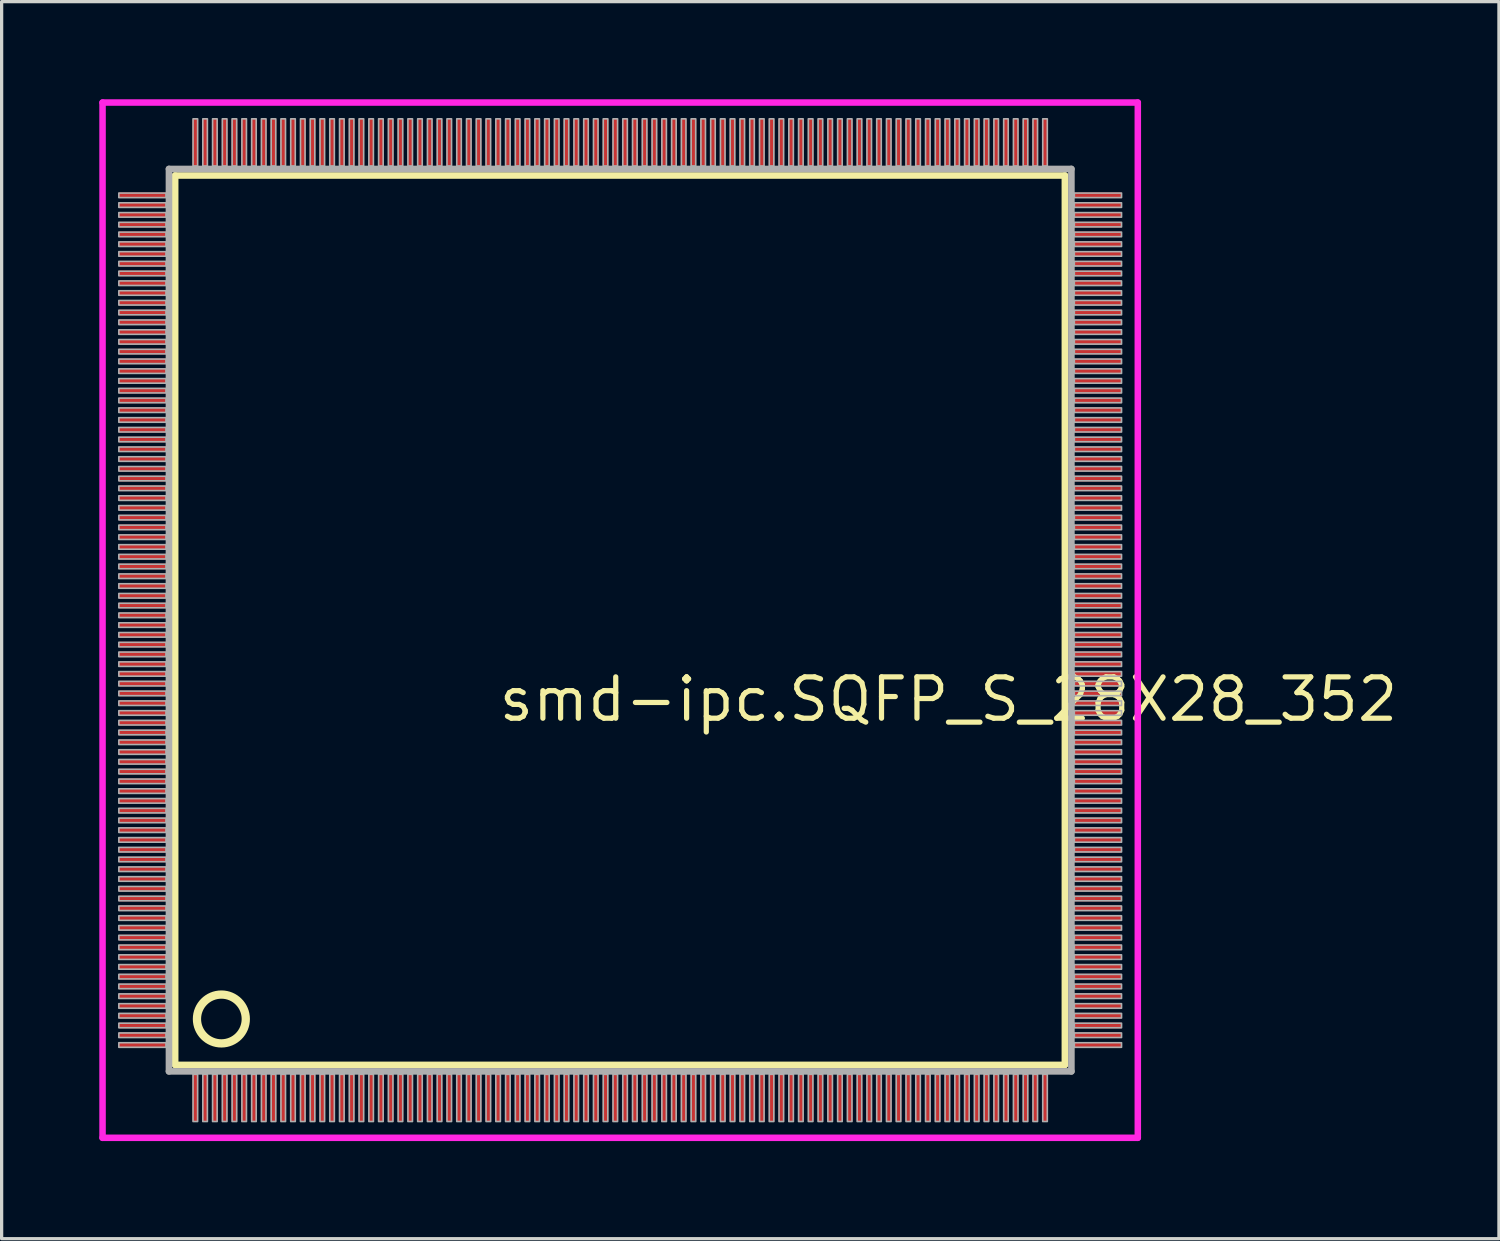
<source format=kicad_pcb>
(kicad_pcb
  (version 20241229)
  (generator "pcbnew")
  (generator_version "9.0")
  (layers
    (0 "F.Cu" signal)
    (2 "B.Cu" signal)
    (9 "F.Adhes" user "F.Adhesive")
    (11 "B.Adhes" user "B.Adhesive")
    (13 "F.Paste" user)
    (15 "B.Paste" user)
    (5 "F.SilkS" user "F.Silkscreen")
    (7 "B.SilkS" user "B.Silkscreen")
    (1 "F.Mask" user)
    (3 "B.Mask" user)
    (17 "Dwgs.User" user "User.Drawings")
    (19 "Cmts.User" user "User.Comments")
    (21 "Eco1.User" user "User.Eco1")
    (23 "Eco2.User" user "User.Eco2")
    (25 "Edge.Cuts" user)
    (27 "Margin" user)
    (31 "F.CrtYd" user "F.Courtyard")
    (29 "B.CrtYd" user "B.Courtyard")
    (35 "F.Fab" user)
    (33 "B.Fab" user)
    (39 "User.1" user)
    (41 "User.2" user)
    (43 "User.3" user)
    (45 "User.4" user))
  (footprint "smd-ipc.SQFP_S_28X28_352"
    (layer "F.Cu")
    (at 16 16)
    (property "Reference" "smd-ipc.SQFP_S_28X28_352" (at -3.81 3.175 0) (layer "F.SilkS") (effects (font (size 1.27 1.27) (thickness 0.16)) (justify left bottom)))
    (attr smd)
    (fp_line (start -13.67 -13.66) (end 13.66 -13.66) (stroke (width 0.203) (type default)) (layer "F.SilkS"))
    (fp_line (start -13.67 13.66) (end -13.67 -13.66) (stroke (width 0.203) (type default)) (layer "F.SilkS"))
    (fp_line (start 13.66 -13.66) (end 13.66 13.66) (stroke (width 0.203) (type default)) (layer "F.SilkS"))
    (fp_line (start 13.66 13.66) (end -13.67 13.66) (stroke (width 0.203) (type default)) (layer "F.SilkS"))
    (fp_circle (center -12.25 12.25) (end -11.5 12.25) (stroke (width 0.254) (type default)) (fill no) (layer "F.SilkS"))
    (fp_line (start -15.9 -15.9) (end 15.9 -15.9) (stroke (width 0.2) (type default)) (layer "F.CrtYd"))
    (fp_line (start -15.9 15.9) (end -15.9 -15.9) (stroke (width 0.2) (type default)) (layer "F.CrtYd"))
    (fp_line (start 15.9 -15.9) (end 15.9 15.9) (stroke (width 0.2) (type default)) (layer "F.CrtYd"))
    (fp_line (start 15.9 15.9) (end -15.9 15.9) (stroke (width 0.2) (type default)) (layer "F.CrtYd"))
    (fp_line (start -13.86 -13.86) (end -13.86 13.86) (stroke (width 0.203) (type default)) (layer "F.Fab"))
    (fp_line (start -13.86 13.86) (end 13.86 13.86) (stroke (width 0.203) (type default)) (layer "F.Fab"))
    (fp_line (start 13.86 -13.86) (end -13.86 -13.86) (stroke (width 0.203) (type default)) (layer "F.Fab"))
    (fp_line (start 13.86 13.86) (end 13.86 -13.86) (stroke (width 0.203) (type default)) (layer "F.Fab"))
    (fp_rect (start -15.4 -12.98) (end -13.95 -13.12) (stroke (width 0.05) (type default)) (fill no) (layer "F.Fab"))
    (fp_rect (start -15.4 -12.68) (end -13.95 -12.82) (stroke (width 0.05) (type default)) (fill no) (layer "F.Fab"))
    (fp_rect (start -15.4 -12.38) (end -13.95 -12.52) (stroke (width 0.05) (type default)) (fill no) (layer "F.Fab"))
    (fp_rect (start -15.4 -12.08) (end -13.95 -12.22) (stroke (width 0.05) (type default)) (fill no) (layer "F.Fab"))
    (fp_rect (start -15.4 -11.78) (end -13.95 -11.92) (stroke (width 0.05) (type default)) (fill no) (layer "F.Fab"))
    (fp_rect (start -15.4 -11.48) (end -13.95 -11.62) (stroke (width 0.05) (type default)) (fill no) (layer "F.Fab"))
    (fp_rect (start -15.4 -11.18) (end -13.95 -11.32) (stroke (width 0.05) (type default)) (fill no) (layer "F.Fab"))
    (fp_rect (start -15.4 -10.88) (end -13.95 -11.02) (stroke (width 0.05) (type default)) (fill no) (layer "F.Fab"))
    (fp_rect (start -15.4 -10.58) (end -13.95 -10.72) (stroke (width 0.05) (type default)) (fill no) (layer "F.Fab"))
    (fp_rect (start -15.4 -10.28) (end -13.95 -10.42) (stroke (width 0.05) (type default)) (fill no) (layer "F.Fab"))
    (fp_rect (start -15.4 -9.98) (end -13.95 -10.12) (stroke (width 0.05) (type default)) (fill no) (layer "F.Fab"))
    (fp_rect (start -15.4 -9.68) (end -13.95 -9.82) (stroke (width 0.05) (type default)) (fill no) (layer "F.Fab"))
    (fp_rect (start -15.4 -9.38) (end -13.95 -9.52) (stroke (width 0.05) (type default)) (fill no) (layer "F.Fab"))
    (fp_rect (start -15.4 -9.08) (end -13.95 -9.22) (stroke (width 0.05) (type default)) (fill no) (layer "F.Fab"))
    (fp_rect (start -15.4 -8.78) (end -13.95 -8.92) (stroke (width 0.05) (type default)) (fill no) (layer "F.Fab"))
    (fp_rect (start -15.4 -8.48) (end -13.95 -8.62) (stroke (width 0.05) (type default)) (fill no) (layer "F.Fab"))
    (fp_rect (start -15.4 -8.18) (end -13.95 -8.32) (stroke (width 0.05) (type default)) (fill no) (layer "F.Fab"))
    (fp_rect (start -15.4 -7.88) (end -13.95 -8.02) (stroke (width 0.05) (type default)) (fill no) (layer "F.Fab"))
    (fp_rect (start -15.4 -7.58) (end -13.95 -7.72) (stroke (width 0.05) (type default)) (fill no) (layer "F.Fab"))
    (fp_rect (start -15.4 -7.28) (end -13.95 -7.42) (stroke (width 0.05) (type default)) (fill no) (layer "F.Fab"))
    (fp_rect (start -15.4 -6.98) (end -13.95 -7.12) (stroke (width 0.05) (type default)) (fill no) (layer "F.Fab"))
    (fp_rect (start -15.4 -6.68) (end -13.95 -6.82) (stroke (width 0.05) (type default)) (fill no) (layer "F.Fab"))
    (fp_rect (start -15.4 -6.38) (end -13.95 -6.52) (stroke (width 0.05) (type default)) (fill no) (layer "F.Fab"))
    (fp_rect (start -15.4 -6.08) (end -13.95 -6.22) (stroke (width 0.05) (type default)) (fill no) (layer "F.Fab"))
    (fp_rect (start -15.4 -5.78) (end -13.95 -5.92) (stroke (width 0.05) (type default)) (fill no) (layer "F.Fab"))
    (fp_rect (start -15.4 -5.48) (end -13.95 -5.62) (stroke (width 0.05) (type default)) (fill no) (layer "F.Fab"))
    (fp_rect (start -15.4 -5.18) (end -13.95 -5.32) (stroke (width 0.05) (type default)) (fill no) (layer "F.Fab"))
    (fp_rect (start -15.4 -4.88) (end -13.95 -5.02) (stroke (width 0.05) (type default)) (fill no) (layer "F.Fab"))
    (fp_rect (start -15.4 -4.58) (end -13.95 -4.72) (stroke (width 0.05) (type default)) (fill no) (layer "F.Fab"))
    (fp_rect (start -15.4 -4.28) (end -13.95 -4.42) (stroke (width 0.05) (type default)) (fill no) (layer "F.Fab"))
    (fp_rect (start -15.4 -3.98) (end -13.95 -4.12) (stroke (width 0.05) (type default)) (fill no) (layer "F.Fab"))
    (fp_rect (start -15.4 -3.68) (end -13.95 -3.82) (stroke (width 0.05) (type default)) (fill no) (layer "F.Fab"))
    (fp_rect (start -15.4 -3.38) (end -13.95 -3.52) (stroke (width 0.05) (type default)) (fill no) (layer "F.Fab"))
    (fp_rect (start -15.4 -3.08) (end -13.95 -3.22) (stroke (width 0.05) (type default)) (fill no) (layer "F.Fab"))
    (fp_rect (start -15.4 -2.78) (end -13.95 -2.92) (stroke (width 0.05) (type default)) (fill no) (layer "F.Fab"))
    (fp_rect (start -15.4 -2.48) (end -13.95 -2.62) (stroke (width 0.05) (type default)) (fill no) (layer "F.Fab"))
    (fp_rect (start -15.4 -2.18) (end -13.95 -2.32) (stroke (width 0.05) (type default)) (fill no) (layer "F.Fab"))
    (fp_rect (start -15.4 -1.88) (end -13.95 -2.02) (stroke (width 0.05) (type default)) (fill no) (layer "F.Fab"))
    (fp_rect (start -15.4 -1.58) (end -13.95 -1.72) (stroke (width 0.05) (type default)) (fill no) (layer "F.Fab"))
    (fp_rect (start -15.4 -1.28) (end -13.95 -1.42) (stroke (width 0.05) (type default)) (fill no) (layer "F.Fab"))
    (fp_rect (start -15.4 -0.98) (end -13.95 -1.12) (stroke (width 0.05) (type default)) (fill no) (layer "F.Fab"))
    (fp_rect (start -15.4 -0.68) (end -13.95 -0.82) (stroke (width 0.05) (type default)) (fill no) (layer "F.Fab"))
    (fp_rect (start -15.4 -0.38) (end -13.95 -0.52) (stroke (width 0.05) (type default)) (fill no) (layer "F.Fab"))
    (fp_rect (start -15.4 -0.08) (end -13.95 -0.22) (stroke (width 0.05) (type default)) (fill no) (layer "F.Fab"))
    (fp_rect (start -15.4 0.22) (end -13.95 0.08) (stroke (width 0.05) (type default)) (fill no) (layer "F.Fab"))
    (fp_rect (start -15.4 0.52) (end -13.95 0.38) (stroke (width 0.05) (type default)) (fill no) (layer "F.Fab"))
    (fp_rect (start -15.4 0.82) (end -13.95 0.68) (stroke (width 0.05) (type default)) (fill no) (layer "F.Fab"))
    (fp_rect (start -15.4 1.12) (end -13.95 0.98) (stroke (width 0.05) (type default)) (fill no) (layer "F.Fab"))
    (fp_rect (start -15.4 1.42) (end -13.95 1.28) (stroke (width 0.05) (type default)) (fill no) (layer "F.Fab"))
    (fp_rect (start -15.4 1.72) (end -13.95 1.58) (stroke (width 0.05) (type default)) (fill no) (layer "F.Fab"))
    (fp_rect (start -15.4 2.02) (end -13.95 1.88) (stroke (width 0.05) (type default)) (fill no) (layer "F.Fab"))
    (fp_rect (start -15.4 2.32) (end -13.95 2.18) (stroke (width 0.05) (type default)) (fill no) (layer "F.Fab"))
    (fp_rect (start -15.4 2.62) (end -13.95 2.48) (stroke (width 0.05) (type default)) (fill no) (layer "F.Fab"))
    (fp_rect (start -15.4 2.92) (end -13.95 2.78) (stroke (width 0.05) (type default)) (fill no) (layer "F.Fab"))
    (fp_rect (start -15.4 3.22) (end -13.95 3.08) (stroke (width 0.05) (type default)) (fill no) (layer "F.Fab"))
    (fp_rect (start -15.4 3.52) (end -13.95 3.38) (stroke (width 0.05) (type default)) (fill no) (layer "F.Fab"))
    (fp_rect (start -15.4 3.82) (end -13.95 3.68) (stroke (width 0.05) (type default)) (fill no) (layer "F.Fab"))
    (fp_rect (start -15.4 4.12) (end -13.95 3.98) (stroke (width 0.05) (type default)) (fill no) (layer "F.Fab"))
    (fp_rect (start -15.4 4.42) (end -13.95 4.28) (stroke (width 0.05) (type default)) (fill no) (layer "F.Fab"))
    (fp_rect (start -15.4 4.72) (end -13.95 4.58) (stroke (width 0.05) (type default)) (fill no) (layer "F.Fab"))
    (fp_rect (start -15.4 5.02) (end -13.95 4.88) (stroke (width 0.05) (type default)) (fill no) (layer "F.Fab"))
    (fp_rect (start -15.4 5.32) (end -13.95 5.18) (stroke (width 0.05) (type default)) (fill no) (layer "F.Fab"))
    (fp_rect (start -15.4 5.62) (end -13.95 5.48) (stroke (width 0.05) (type default)) (fill no) (layer "F.Fab"))
    (fp_rect (start -15.4 5.92) (end -13.95 5.78) (stroke (width 0.05) (type default)) (fill no) (layer "F.Fab"))
    (fp_rect (start -15.4 6.22) (end -13.95 6.08) (stroke (width 0.05) (type default)) (fill no) (layer "F.Fab"))
    (fp_rect (start -15.4 6.52) (end -13.95 6.38) (stroke (width 0.05) (type default)) (fill no) (layer "F.Fab"))
    (fp_rect (start -15.4 6.82) (end -13.95 6.68) (stroke (width 0.05) (type default)) (fill no) (layer "F.Fab"))
    (fp_rect (start -15.4 7.12) (end -13.95 6.98) (stroke (width 0.05) (type default)) (fill no) (layer "F.Fab"))
    (fp_rect (start -15.4 7.42) (end -13.95 7.28) (stroke (width 0.05) (type default)) (fill no) (layer "F.Fab"))
    (fp_rect (start -15.4 7.72) (end -13.95 7.58) (stroke (width 0.05) (type default)) (fill no) (layer "F.Fab"))
    (fp_rect (start -15.4 8.02) (end -13.95 7.88) (stroke (width 0.05) (type default)) (fill no) (layer "F.Fab"))
    (fp_rect (start -15.4 8.32) (end -13.95 8.18) (stroke (width 0.05) (type default)) (fill no) (layer "F.Fab"))
    (fp_rect (start -15.4 8.62) (end -13.95 8.48) (stroke (width 0.05) (type default)) (fill no) (layer "F.Fab"))
    (fp_rect (start -15.4 8.92) (end -13.95 8.78) (stroke (width 0.05) (type default)) (fill no) (layer "F.Fab"))
    (fp_rect (start -15.4 9.22) (end -13.95 9.08) (stroke (width 0.05) (type default)) (fill no) (layer "F.Fab"))
    (fp_rect (start -15.4 9.52) (end -13.95 9.38) (stroke (width 0.05) (type default)) (fill no) (layer "F.Fab"))
    (fp_rect (start -15.4 9.82) (end -13.95 9.68) (stroke (width 0.05) (type default)) (fill no) (layer "F.Fab"))
    (fp_rect (start -15.4 10.12) (end -13.95 9.98) (stroke (width 0.05) (type default)) (fill no) (layer "F.Fab"))
    (fp_rect (start -15.4 10.42) (end -13.95 10.28) (stroke (width 0.05) (type default)) (fill no) (layer "F.Fab"))
    (fp_rect (start -15.4 10.72) (end -13.95 10.58) (stroke (width 0.05) (type default)) (fill no) (layer "F.Fab"))
    (fp_rect (start -15.4 11.02) (end -13.95 10.88) (stroke (width 0.05) (type default)) (fill no) (layer "F.Fab"))
    (fp_rect (start -15.4 11.32) (end -13.95 11.18) (stroke (width 0.05) (type default)) (fill no) (layer "F.Fab"))
    (fp_rect (start -15.4 11.62) (end -13.95 11.48) (stroke (width 0.05) (type default)) (fill no) (layer "F.Fab"))
    (fp_rect (start -15.4 11.92) (end -13.95 11.78) (stroke (width 0.05) (type default)) (fill no) (layer "F.Fab"))
    (fp_rect (start -15.4 12.22) (end -13.95 12.08) (stroke (width 0.05) (type default)) (fill no) (layer "F.Fab"))
    (fp_rect (start -15.4 12.52) (end -13.95 12.38) (stroke (width 0.05) (type default)) (fill no) (layer "F.Fab"))
    (fp_rect (start -15.4 12.82) (end -13.95 12.68) (stroke (width 0.05) (type default)) (fill no) (layer "F.Fab"))
    (fp_rect (start -15.4 13.12) (end -13.95 12.98) (stroke (width 0.05) (type default)) (fill no) (layer "F.Fab"))
    (fp_rect (start -13.12 -13.95) (end -12.98 -15.4) (stroke (width 0.05) (type default)) (fill no) (layer "F.Fab"))
    (fp_rect (start -13.12 15.4) (end -12.98 13.95) (stroke (width 0.05) (type default)) (fill no) (layer "F.Fab"))
    (fp_rect (start -12.82 -13.95) (end -12.68 -15.4) (stroke (width 0.05) (type default)) (fill no) (layer "F.Fab"))
    (fp_rect (start -12.82 15.4) (end -12.68 13.95) (stroke (width 0.05) (type default)) (fill no) (layer "F.Fab"))
    (fp_rect (start -12.52 -13.95) (end -12.38 -15.4) (stroke (width 0.05) (type default)) (fill no) (layer "F.Fab"))
    (fp_rect (start -12.52 15.4) (end -12.38 13.95) (stroke (width 0.05) (type default)) (fill no) (layer "F.Fab"))
    (fp_rect (start -12.22 -13.95) (end -12.08 -15.4) (stroke (width 0.05) (type default)) (fill no) (layer "F.Fab"))
    (fp_rect (start -12.22 15.4) (end -12.08 13.95) (stroke (width 0.05) (type default)) (fill no) (layer "F.Fab"))
    (fp_rect (start -11.92 -13.95) (end -11.78 -15.4) (stroke (width 0.05) (type default)) (fill no) (layer "F.Fab"))
    (fp_rect (start -11.92 15.4) (end -11.78 13.95) (stroke (width 0.05) (type default)) (fill no) (layer "F.Fab"))
    (fp_rect (start -11.62 -13.95) (end -11.48 -15.4) (stroke (width 0.05) (type default)) (fill no) (layer "F.Fab"))
    (fp_rect (start -11.62 15.4) (end -11.48 13.95) (stroke (width 0.05) (type default)) (fill no) (layer "F.Fab"))
    (fp_rect (start -11.32 -13.95) (end -11.18 -15.4) (stroke (width 0.05) (type default)) (fill no) (layer "F.Fab"))
    (fp_rect (start -11.32 15.4) (end -11.18 13.95) (stroke (width 0.05) (type default)) (fill no) (layer "F.Fab"))
    (fp_rect (start -11.02 -13.95) (end -10.88 -15.4) (stroke (width 0.05) (type default)) (fill no) (layer "F.Fab"))
    (fp_rect (start -11.02 15.4) (end -10.88 13.95) (stroke (width 0.05) (type default)) (fill no) (layer "F.Fab"))
    (fp_rect (start -10.72 -13.95) (end -10.58 -15.4) (stroke (width 0.05) (type default)) (fill no) (layer "F.Fab"))
    (fp_rect (start -10.72 15.4) (end -10.58 13.95) (stroke (width 0.05) (type default)) (fill no) (layer "F.Fab"))
    (fp_rect (start -10.42 -13.95) (end -10.28 -15.4) (stroke (width 0.05) (type default)) (fill no) (layer "F.Fab"))
    (fp_rect (start -10.42 15.4) (end -10.28 13.95) (stroke (width 0.05) (type default)) (fill no) (layer "F.Fab"))
    (fp_rect (start -10.12 -13.95) (end -9.98 -15.4) (stroke (width 0.05) (type default)) (fill no) (layer "F.Fab"))
    (fp_rect (start -10.12 15.4) (end -9.98 13.95) (stroke (width 0.05) (type default)) (fill no) (layer "F.Fab"))
    (fp_rect (start -9.82 -13.95) (end -9.68 -15.4) (stroke (width 0.05) (type default)) (fill no) (layer "F.Fab"))
    (fp_rect (start -9.82 15.4) (end -9.68 13.95) (stroke (width 0.05) (type default)) (fill no) (layer "F.Fab"))
    (fp_rect (start -9.52 -13.95) (end -9.38 -15.4) (stroke (width 0.05) (type default)) (fill no) (layer "F.Fab"))
    (fp_rect (start -9.52 15.4) (end -9.38 13.95) (stroke (width 0.05) (type default)) (fill no) (layer "F.Fab"))
    (fp_rect (start -9.22 -13.95) (end -9.08 -15.4) (stroke (width 0.05) (type default)) (fill no) (layer "F.Fab"))
    (fp_rect (start -9.22 15.4) (end -9.08 13.95) (stroke (width 0.05) (type default)) (fill no) (layer "F.Fab"))
    (fp_rect (start -8.92 -13.95) (end -8.78 -15.4) (stroke (width 0.05) (type default)) (fill no) (layer "F.Fab"))
    (fp_rect (start -8.92 15.4) (end -8.78 13.95) (stroke (width 0.05) (type default)) (fill no) (layer "F.Fab"))
    (fp_rect (start -8.62 -13.95) (end -8.48 -15.4) (stroke (width 0.05) (type default)) (fill no) (layer "F.Fab"))
    (fp_rect (start -8.62 15.4) (end -8.48 13.95) (stroke (width 0.05) (type default)) (fill no) (layer "F.Fab"))
    (fp_rect (start -8.32 -13.95) (end -8.18 -15.4) (stroke (width 0.05) (type default)) (fill no) (layer "F.Fab"))
    (fp_rect (start -8.32 15.4) (end -8.18 13.95) (stroke (width 0.05) (type default)) (fill no) (layer "F.Fab"))
    (fp_rect (start -8.02 -13.95) (end -7.88 -15.4) (stroke (width 0.05) (type default)) (fill no) (layer "F.Fab"))
    (fp_rect (start -8.02 15.4) (end -7.88 13.95) (stroke (width 0.05) (type default)) (fill no) (layer "F.Fab"))
    (fp_rect (start -7.72 -13.95) (end -7.58 -15.4) (stroke (width 0.05) (type default)) (fill no) (layer "F.Fab"))
    (fp_rect (start -7.72 15.4) (end -7.58 13.95) (stroke (width 0.05) (type default)) (fill no) (layer "F.Fab"))
    (fp_rect (start -7.42 -13.95) (end -7.28 -15.4) (stroke (width 0.05) (type default)) (fill no) (layer "F.Fab"))
    (fp_rect (start -7.42 15.4) (end -7.28 13.95) (stroke (width 0.05) (type default)) (fill no) (layer "F.Fab"))
    (fp_rect (start -7.12 -13.95) (end -6.98 -15.4) (stroke (width 0.05) (type default)) (fill no) (layer "F.Fab"))
    (fp_rect (start -7.12 15.4) (end -6.98 13.95) (stroke (width 0.05) (type default)) (fill no) (layer "F.Fab"))
    (fp_rect (start -6.82 -13.95) (end -6.68 -15.4) (stroke (width 0.05) (type default)) (fill no) (layer "F.Fab"))
    (fp_rect (start -6.82 15.4) (end -6.68 13.95) (stroke (width 0.05) (type default)) (fill no) (layer "F.Fab"))
    (fp_rect (start -6.52 -13.95) (end -6.38 -15.4) (stroke (width 0.05) (type default)) (fill no) (layer "F.Fab"))
    (fp_rect (start -6.52 15.4) (end -6.38 13.95) (stroke (width 0.05) (type default)) (fill no) (layer "F.Fab"))
    (fp_rect (start -6.22 -13.95) (end -6.08 -15.4) (stroke (width 0.05) (type default)) (fill no) (layer "F.Fab"))
    (fp_rect (start -6.22 15.4) (end -6.08 13.95) (stroke (width 0.05) (type default)) (fill no) (layer "F.Fab"))
    (fp_rect (start -5.92 -13.95) (end -5.78 -15.4) (stroke (width 0.05) (type default)) (fill no) (layer "F.Fab"))
    (fp_rect (start -5.92 15.4) (end -5.78 13.95) (stroke (width 0.05) (type default)) (fill no) (layer "F.Fab"))
    (fp_rect (start -5.62 -13.95) (end -5.48 -15.4) (stroke (width 0.05) (type default)) (fill no) (layer "F.Fab"))
    (fp_rect (start -5.62 15.4) (end -5.48 13.95) (stroke (width 0.05) (type default)) (fill no) (layer "F.Fab"))
    (fp_rect (start -5.32 -13.95) (end -5.18 -15.4) (stroke (width 0.05) (type default)) (fill no) (layer "F.Fab"))
    (fp_rect (start -5.32 15.4) (end -5.18 13.95) (stroke (width 0.05) (type default)) (fill no) (layer "F.Fab"))
    (fp_rect (start -5.02 -13.95) (end -4.88 -15.4) (stroke (width 0.05) (type default)) (fill no) (layer "F.Fab"))
    (fp_rect (start -5.02 15.4) (end -4.88 13.95) (stroke (width 0.05) (type default)) (fill no) (layer "F.Fab"))
    (fp_rect (start -4.72 -13.95) (end -4.58 -15.4) (stroke (width 0.05) (type default)) (fill no) (layer "F.Fab"))
    (fp_rect (start -4.72 15.4) (end -4.58 13.95) (stroke (width 0.05) (type default)) (fill no) (layer "F.Fab"))
    (fp_rect (start -4.42 -13.95) (end -4.28 -15.4) (stroke (width 0.05) (type default)) (fill no) (layer "F.Fab"))
    (fp_rect (start -4.42 15.4) (end -4.28 13.95) (stroke (width 0.05) (type default)) (fill no) (layer "F.Fab"))
    (fp_rect (start -4.12 -13.95) (end -3.98 -15.4) (stroke (width 0.05) (type default)) (fill no) (layer "F.Fab"))
    (fp_rect (start -4.12 15.4) (end -3.98 13.95) (stroke (width 0.05) (type default)) (fill no) (layer "F.Fab"))
    (fp_rect (start -3.82 -13.95) (end -3.68 -15.4) (stroke (width 0.05) (type default)) (fill no) (layer "F.Fab"))
    (fp_rect (start -3.82 15.4) (end -3.68 13.95) (stroke (width 0.05) (type default)) (fill no) (layer "F.Fab"))
    (fp_rect (start -3.52 -13.95) (end -3.38 -15.4) (stroke (width 0.05) (type default)) (fill no) (layer "F.Fab"))
    (fp_rect (start -3.52 15.4) (end -3.38 13.95) (stroke (width 0.05) (type default)) (fill no) (layer "F.Fab"))
    (fp_rect (start -3.22 -13.95) (end -3.08 -15.4) (stroke (width 0.05) (type default)) (fill no) (layer "F.Fab"))
    (fp_rect (start -3.22 15.4) (end -3.08 13.95) (stroke (width 0.05) (type default)) (fill no) (layer "F.Fab"))
    (fp_rect (start -2.92 -13.95) (end -2.78 -15.4) (stroke (width 0.05) (type default)) (fill no) (layer "F.Fab"))
    (fp_rect (start -2.92 15.4) (end -2.78 13.95) (stroke (width 0.05) (type default)) (fill no) (layer "F.Fab"))
    (fp_rect (start -2.62 -13.95) (end -2.48 -15.4) (stroke (width 0.05) (type default)) (fill no) (layer "F.Fab"))
    (fp_rect (start -2.62 15.4) (end -2.48 13.95) (stroke (width 0.05) (type default)) (fill no) (layer "F.Fab"))
    (fp_rect (start -2.32 -13.95) (end -2.18 -15.4) (stroke (width 0.05) (type default)) (fill no) (layer "F.Fab"))
    (fp_rect (start -2.32 15.4) (end -2.18 13.95) (stroke (width 0.05) (type default)) (fill no) (layer "F.Fab"))
    (fp_rect (start -2.02 -13.95) (end -1.88 -15.4) (stroke (width 0.05) (type default)) (fill no) (layer "F.Fab"))
    (fp_rect (start -2.02 15.4) (end -1.88 13.95) (stroke (width 0.05) (type default)) (fill no) (layer "F.Fab"))
    (fp_rect (start -1.72 -13.95) (end -1.58 -15.4) (stroke (width 0.05) (type default)) (fill no) (layer "F.Fab"))
    (fp_rect (start -1.72 15.4) (end -1.58 13.95) (stroke (width 0.05) (type default)) (fill no) (layer "F.Fab"))
    (fp_rect (start -1.42 -13.95) (end -1.28 -15.4) (stroke (width 0.05) (type default)) (fill no) (layer "F.Fab"))
    (fp_rect (start -1.42 15.4) (end -1.28 13.95) (stroke (width 0.05) (type default)) (fill no) (layer "F.Fab"))
    (fp_rect (start -1.12 -13.95) (end -0.98 -15.4) (stroke (width 0.05) (type default)) (fill no) (layer "F.Fab"))
    (fp_rect (start -1.12 15.4) (end -0.98 13.95) (stroke (width 0.05) (type default)) (fill no) (layer "F.Fab"))
    (fp_rect (start -0.82 -13.95) (end -0.68 -15.4) (stroke (width 0.05) (type default)) (fill no) (layer "F.Fab"))
    (fp_rect (start -0.82 15.4) (end -0.68 13.95) (stroke (width 0.05) (type default)) (fill no) (layer "F.Fab"))
    (fp_rect (start -0.52 -13.95) (end -0.38 -15.4) (stroke (width 0.05) (type default)) (fill no) (layer "F.Fab"))
    (fp_rect (start -0.52 15.4) (end -0.38 13.95) (stroke (width 0.05) (type default)) (fill no) (layer "F.Fab"))
    (fp_rect (start -0.22 -13.95) (end -0.08 -15.4) (stroke (width 0.05) (type default)) (fill no) (layer "F.Fab"))
    (fp_rect (start -0.22 15.4) (end -0.08 13.95) (stroke (width 0.05) (type default)) (fill no) (layer "F.Fab"))
    (fp_rect (start 0.08 -13.95) (end 0.22 -15.4) (stroke (width 0.05) (type default)) (fill no) (layer "F.Fab"))
    (fp_rect (start 0.08 15.4) (end 0.22 13.95) (stroke (width 0.05) (type default)) (fill no) (layer "F.Fab"))
    (fp_rect (start 0.38 -13.95) (end 0.52 -15.4) (stroke (width 0.05) (type default)) (fill no) (layer "F.Fab"))
    (fp_rect (start 0.38 15.4) (end 0.52 13.95) (stroke (width 0.05) (type default)) (fill no) (layer "F.Fab"))
    (fp_rect (start 0.68 -13.95) (end 0.82 -15.4) (stroke (width 0.05) (type default)) (fill no) (layer "F.Fab"))
    (fp_rect (start 0.68 15.4) (end 0.82 13.95) (stroke (width 0.05) (type default)) (fill no) (layer "F.Fab"))
    (fp_rect (start 0.98 -13.95) (end 1.12 -15.4) (stroke (width 0.05) (type default)) (fill no) (layer "F.Fab"))
    (fp_rect (start 0.98 15.4) (end 1.12 13.95) (stroke (width 0.05) (type default)) (fill no) (layer "F.Fab"))
    (fp_rect (start 1.28 -13.95) (end 1.42 -15.4) (stroke (width 0.05) (type default)) (fill no) (layer "F.Fab"))
    (fp_rect (start 1.28 15.4) (end 1.42 13.95) (stroke (width 0.05) (type default)) (fill no) (layer "F.Fab"))
    (fp_rect (start 1.58 -13.95) (end 1.72 -15.4) (stroke (width 0.05) (type default)) (fill no) (layer "F.Fab"))
    (fp_rect (start 1.58 15.4) (end 1.72 13.95) (stroke (width 0.05) (type default)) (fill no) (layer "F.Fab"))
    (fp_rect (start 1.88 -13.95) (end 2.02 -15.4) (stroke (width 0.05) (type default)) (fill no) (layer "F.Fab"))
    (fp_rect (start 1.88 15.4) (end 2.02 13.95) (stroke (width 0.05) (type default)) (fill no) (layer "F.Fab"))
    (fp_rect (start 2.18 -13.95) (end 2.32 -15.4) (stroke (width 0.05) (type default)) (fill no) (layer "F.Fab"))
    (fp_rect (start 2.18 15.4) (end 2.32 13.95) (stroke (width 0.05) (type default)) (fill no) (layer "F.Fab"))
    (fp_rect (start 2.48 -13.95) (end 2.62 -15.4) (stroke (width 0.05) (type default)) (fill no) (layer "F.Fab"))
    (fp_rect (start 2.48 15.4) (end 2.62 13.95) (stroke (width 0.05) (type default)) (fill no) (layer "F.Fab"))
    (fp_rect (start 2.78 -13.95) (end 2.92 -15.4) (stroke (width 0.05) (type default)) (fill no) (layer "F.Fab"))
    (fp_rect (start 2.78 15.4) (end 2.92 13.95) (stroke (width 0.05) (type default)) (fill no) (layer "F.Fab"))
    (fp_rect (start 3.08 -13.95) (end 3.22 -15.4) (stroke (width 0.05) (type default)) (fill no) (layer "F.Fab"))
    (fp_rect (start 3.08 15.4) (end 3.22 13.95) (stroke (width 0.05) (type default)) (fill no) (layer "F.Fab"))
    (fp_rect (start 3.38 -13.95) (end 3.52 -15.4) (stroke (width 0.05) (type default)) (fill no) (layer "F.Fab"))
    (fp_rect (start 3.38 15.4) (end 3.52 13.95) (stroke (width 0.05) (type default)) (fill no) (layer "F.Fab"))
    (fp_rect (start 3.68 -13.95) (end 3.82 -15.4) (stroke (width 0.05) (type default)) (fill no) (layer "F.Fab"))
    (fp_rect (start 3.68 15.4) (end 3.82 13.95) (stroke (width 0.05) (type default)) (fill no) (layer "F.Fab"))
    (fp_rect (start 3.98 -13.95) (end 4.12 -15.4) (stroke (width 0.05) (type default)) (fill no) (layer "F.Fab"))
    (fp_rect (start 3.98 15.4) (end 4.12 13.95) (stroke (width 0.05) (type default)) (fill no) (layer "F.Fab"))
    (fp_rect (start 4.28 -13.95) (end 4.42 -15.4) (stroke (width 0.05) (type default)) (fill no) (layer "F.Fab"))
    (fp_rect (start 4.28 15.4) (end 4.42 13.95) (stroke (width 0.05) (type default)) (fill no) (layer "F.Fab"))
    (fp_rect (start 4.58 -13.95) (end 4.72 -15.4) (stroke (width 0.05) (type default)) (fill no) (layer "F.Fab"))
    (fp_rect (start 4.58 15.4) (end 4.72 13.95) (stroke (width 0.05) (type default)) (fill no) (layer "F.Fab"))
    (fp_rect (start 4.88 -13.95) (end 5.02 -15.4) (stroke (width 0.05) (type default)) (fill no) (layer "F.Fab"))
    (fp_rect (start 4.88 15.4) (end 5.02 13.95) (stroke (width 0.05) (type default)) (fill no) (layer "F.Fab"))
    (fp_rect (start 5.18 -13.95) (end 5.32 -15.4) (stroke (width 0.05) (type default)) (fill no) (layer "F.Fab"))
    (fp_rect (start 5.18 15.4) (end 5.32 13.95) (stroke (width 0.05) (type default)) (fill no) (layer "F.Fab"))
    (fp_rect (start 5.48 -13.95) (end 5.62 -15.4) (stroke (width 0.05) (type default)) (fill no) (layer "F.Fab"))
    (fp_rect (start 5.48 15.4) (end 5.62 13.95) (stroke (width 0.05) (type default)) (fill no) (layer "F.Fab"))
    (fp_rect (start 5.78 -13.95) (end 5.92 -15.4) (stroke (width 0.05) (type default)) (fill no) (layer "F.Fab"))
    (fp_rect (start 5.78 15.4) (end 5.92 13.95) (stroke (width 0.05) (type default)) (fill no) (layer "F.Fab"))
    (fp_rect (start 6.08 -13.95) (end 6.22 -15.4) (stroke (width 0.05) (type default)) (fill no) (layer "F.Fab"))
    (fp_rect (start 6.08 15.4) (end 6.22 13.95) (stroke (width 0.05) (type default)) (fill no) (layer "F.Fab"))
    (fp_rect (start 6.38 -13.95) (end 6.52 -15.4) (stroke (width 0.05) (type default)) (fill no) (layer "F.Fab"))
    (fp_rect (start 6.38 15.4) (end 6.52 13.95) (stroke (width 0.05) (type default)) (fill no) (layer "F.Fab"))
    (fp_rect (start 6.68 -13.95) (end 6.82 -15.4) (stroke (width 0.05) (type default)) (fill no) (layer "F.Fab"))
    (fp_rect (start 6.68 15.4) (end 6.82 13.95) (stroke (width 0.05) (type default)) (fill no) (layer "F.Fab"))
    (fp_rect (start 6.98 -13.95) (end 7.12 -15.4) (stroke (width 0.05) (type default)) (fill no) (layer "F.Fab"))
    (fp_rect (start 6.98 15.4) (end 7.12 13.95) (stroke (width 0.05) (type default)) (fill no) (layer "F.Fab"))
    (fp_rect (start 7.28 -13.95) (end 7.42 -15.4) (stroke (width 0.05) (type default)) (fill no) (layer "F.Fab"))
    (fp_rect (start 7.28 15.4) (end 7.42 13.95) (stroke (width 0.05) (type default)) (fill no) (layer "F.Fab"))
    (fp_rect (start 7.58 -13.95) (end 7.72 -15.4) (stroke (width 0.05) (type default)) (fill no) (layer "F.Fab"))
    (fp_rect (start 7.58 15.4) (end 7.72 13.95) (stroke (width 0.05) (type default)) (fill no) (layer "F.Fab"))
    (fp_rect (start 7.88 -13.95) (end 8.02 -15.4) (stroke (width 0.05) (type default)) (fill no) (layer "F.Fab"))
    (fp_rect (start 7.88 15.4) (end 8.02 13.95) (stroke (width 0.05) (type default)) (fill no) (layer "F.Fab"))
    (fp_rect (start 8.18 -13.95) (end 8.32 -15.4) (stroke (width 0.05) (type default)) (fill no) (layer "F.Fab"))
    (fp_rect (start 8.18 15.4) (end 8.32 13.95) (stroke (width 0.05) (type default)) (fill no) (layer "F.Fab"))
    (fp_rect (start 8.48 -13.95) (end 8.62 -15.4) (stroke (width 0.05) (type default)) (fill no) (layer "F.Fab"))
    (fp_rect (start 8.48 15.4) (end 8.62 13.95) (stroke (width 0.05) (type default)) (fill no) (layer "F.Fab"))
    (fp_rect (start 8.78 -13.95) (end 8.92 -15.4) (stroke (width 0.05) (type default)) (fill no) (layer "F.Fab"))
    (fp_rect (start 8.78 15.4) (end 8.92 13.95) (stroke (width 0.05) (type default)) (fill no) (layer "F.Fab"))
    (fp_rect (start 9.08 -13.95) (end 9.22 -15.4) (stroke (width 0.05) (type default)) (fill no) (layer "F.Fab"))
    (fp_rect (start 9.08 15.4) (end 9.22 13.95) (stroke (width 0.05) (type default)) (fill no) (layer "F.Fab"))
    (fp_rect (start 9.38 -13.95) (end 9.52 -15.4) (stroke (width 0.05) (type default)) (fill no) (layer "F.Fab"))
    (fp_rect (start 9.38 15.4) (end 9.52 13.95) (stroke (width 0.05) (type default)) (fill no) (layer "F.Fab"))
    (fp_rect (start 9.68 -13.95) (end 9.82 -15.4) (stroke (width 0.05) (type default)) (fill no) (layer "F.Fab"))
    (fp_rect (start 9.68 15.4) (end 9.82 13.95) (stroke (width 0.05) (type default)) (fill no) (layer "F.Fab"))
    (fp_rect (start 9.98 -13.95) (end 10.12 -15.4) (stroke (width 0.05) (type default)) (fill no) (layer "F.Fab"))
    (fp_rect (start 9.98 15.4) (end 10.12 13.95) (stroke (width 0.05) (type default)) (fill no) (layer "F.Fab"))
    (fp_rect (start 10.28 -13.95) (end 10.42 -15.4) (stroke (width 0.05) (type default)) (fill no) (layer "F.Fab"))
    (fp_rect (start 10.28 15.4) (end 10.42 13.95) (stroke (width 0.05) (type default)) (fill no) (layer "F.Fab"))
    (fp_rect (start 10.58 -13.95) (end 10.72 -15.4) (stroke (width 0.05) (type default)) (fill no) (layer "F.Fab"))
    (fp_rect (start 10.58 15.4) (end 10.72 13.95) (stroke (width 0.05) (type default)) (fill no) (layer "F.Fab"))
    (fp_rect (start 10.88 -13.95) (end 11.02 -15.4) (stroke (width 0.05) (type default)) (fill no) (layer "F.Fab"))
    (fp_rect (start 10.88 15.4) (end 11.02 13.95) (stroke (width 0.05) (type default)) (fill no) (layer "F.Fab"))
    (fp_rect (start 11.18 -13.95) (end 11.32 -15.4) (stroke (width 0.05) (type default)) (fill no) (layer "F.Fab"))
    (fp_rect (start 11.18 15.4) (end 11.32 13.95) (stroke (width 0.05) (type default)) (fill no) (layer "F.Fab"))
    (fp_rect (start 11.48 -13.95) (end 11.62 -15.4) (stroke (width 0.05) (type default)) (fill no) (layer "F.Fab"))
    (fp_rect (start 11.48 15.4) (end 11.62 13.95) (stroke (width 0.05) (type default)) (fill no) (layer "F.Fab"))
    (fp_rect (start 11.78 -13.95) (end 11.92 -15.4) (stroke (width 0.05) (type default)) (fill no) (layer "F.Fab"))
    (fp_rect (start 11.78 15.4) (end 11.92 13.95) (stroke (width 0.05) (type default)) (fill no) (layer "F.Fab"))
    (fp_rect (start 12.08 -13.95) (end 12.22 -15.4) (stroke (width 0.05) (type default)) (fill no) (layer "F.Fab"))
    (fp_rect (start 12.08 15.4) (end 12.22 13.95) (stroke (width 0.05) (type default)) (fill no) (layer "F.Fab"))
    (fp_rect (start 12.38 -13.95) (end 12.52 -15.4) (stroke (width 0.05) (type default)) (fill no) (layer "F.Fab"))
    (fp_rect (start 12.38 15.4) (end 12.52 13.95) (stroke (width 0.05) (type default)) (fill no) (layer "F.Fab"))
    (fp_rect (start 12.68 -13.95) (end 12.82 -15.4) (stroke (width 0.05) (type default)) (fill no) (layer "F.Fab"))
    (fp_rect (start 12.68 15.4) (end 12.82 13.95) (stroke (width 0.05) (type default)) (fill no) (layer "F.Fab"))
    (fp_rect (start 12.98 -13.95) (end 13.12 -15.4) (stroke (width 0.05) (type default)) (fill no) (layer "F.Fab"))
    (fp_rect (start 12.98 15.4) (end 13.12 13.95) (stroke (width 0.05) (type default)) (fill no) (layer "F.Fab"))
    (fp_rect (start 13.95 -12.98) (end 15.4 -13.12) (stroke (width 0.05) (type default)) (fill no) (layer "F.Fab"))
    (fp_rect (start 13.95 -12.68) (end 15.4 -12.82) (stroke (width 0.05) (type default)) (fill no) (layer "F.Fab"))
    (fp_rect (start 13.95 -12.38) (end 15.4 -12.52) (stroke (width 0.05) (type default)) (fill no) (layer "F.Fab"))
    (fp_rect (start 13.95 -12.08) (end 15.4 -12.22) (stroke (width 0.05) (type default)) (fill no) (layer "F.Fab"))
    (fp_rect (start 13.95 -11.78) (end 15.4 -11.92) (stroke (width 0.05) (type default)) (fill no) (layer "F.Fab"))
    (fp_rect (start 13.95 -11.48) (end 15.4 -11.62) (stroke (width 0.05) (type default)) (fill no) (layer "F.Fab"))
    (fp_rect (start 13.95 -11.18) (end 15.4 -11.32) (stroke (width 0.05) (type default)) (fill no) (layer "F.Fab"))
    (fp_rect (start 13.95 -10.88) (end 15.4 -11.02) (stroke (width 0.05) (type default)) (fill no) (layer "F.Fab"))
    (fp_rect (start 13.95 -10.58) (end 15.4 -10.72) (stroke (width 0.05) (type default)) (fill no) (layer "F.Fab"))
    (fp_rect (start 13.95 -10.28) (end 15.4 -10.42) (stroke (width 0.05) (type default)) (fill no) (layer "F.Fab"))
    (fp_rect (start 13.95 -9.98) (end 15.4 -10.12) (stroke (width 0.05) (type default)) (fill no) (layer "F.Fab"))
    (fp_rect (start 13.95 -9.68) (end 15.4 -9.82) (stroke (width 0.05) (type default)) (fill no) (layer "F.Fab"))
    (fp_rect (start 13.95 -9.38) (end 15.4 -9.52) (stroke (width 0.05) (type default)) (fill no) (layer "F.Fab"))
    (fp_rect (start 13.95 -9.08) (end 15.4 -9.22) (stroke (width 0.05) (type default)) (fill no) (layer "F.Fab"))
    (fp_rect (start 13.95 -8.78) (end 15.4 -8.92) (stroke (width 0.05) (type default)) (fill no) (layer "F.Fab"))
    (fp_rect (start 13.95 -8.48) (end 15.4 -8.62) (stroke (width 0.05) (type default)) (fill no) (layer "F.Fab"))
    (fp_rect (start 13.95 -8.18) (end 15.4 -8.32) (stroke (width 0.05) (type default)) (fill no) (layer "F.Fab"))
    (fp_rect (start 13.95 -7.88) (end 15.4 -8.02) (stroke (width 0.05) (type default)) (fill no) (layer "F.Fab"))
    (fp_rect (start 13.95 -7.58) (end 15.4 -7.72) (stroke (width 0.05) (type default)) (fill no) (layer "F.Fab"))
    (fp_rect (start 13.95 -7.28) (end 15.4 -7.42) (stroke (width 0.05) (type default)) (fill no) (layer "F.Fab"))
    (fp_rect (start 13.95 -6.98) (end 15.4 -7.12) (stroke (width 0.05) (type default)) (fill no) (layer "F.Fab"))
    (fp_rect (start 13.95 -6.68) (end 15.4 -6.82) (stroke (width 0.05) (type default)) (fill no) (layer "F.Fab"))
    (fp_rect (start 13.95 -6.38) (end 15.4 -6.52) (stroke (width 0.05) (type default)) (fill no) (layer "F.Fab"))
    (fp_rect (start 13.95 -6.08) (end 15.4 -6.22) (stroke (width 0.05) (type default)) (fill no) (layer "F.Fab"))
    (fp_rect (start 13.95 -5.78) (end 15.4 -5.92) (stroke (width 0.05) (type default)) (fill no) (layer "F.Fab"))
    (fp_rect (start 13.95 -5.48) (end 15.4 -5.62) (stroke (width 0.05) (type default)) (fill no) (layer "F.Fab"))
    (fp_rect (start 13.95 -5.18) (end 15.4 -5.32) (stroke (width 0.05) (type default)) (fill no) (layer "F.Fab"))
    (fp_rect (start 13.95 -4.88) (end 15.4 -5.02) (stroke (width 0.05) (type default)) (fill no) (layer "F.Fab"))
    (fp_rect (start 13.95 -4.58) (end 15.4 -4.72) (stroke (width 0.05) (type default)) (fill no) (layer "F.Fab"))
    (fp_rect (start 13.95 -4.28) (end 15.4 -4.42) (stroke (width 0.05) (type default)) (fill no) (layer "F.Fab"))
    (fp_rect (start 13.95 -3.98) (end 15.4 -4.12) (stroke (width 0.05) (type default)) (fill no) (layer "F.Fab"))
    (fp_rect (start 13.95 -3.68) (end 15.4 -3.82) (stroke (width 0.05) (type default)) (fill no) (layer "F.Fab"))
    (fp_rect (start 13.95 -3.38) (end 15.4 -3.52) (stroke (width 0.05) (type default)) (fill no) (layer "F.Fab"))
    (fp_rect (start 13.95 -3.08) (end 15.4 -3.22) (stroke (width 0.05) (type default)) (fill no) (layer "F.Fab"))
    (fp_rect (start 13.95 -2.78) (end 15.4 -2.92) (stroke (width 0.05) (type default)) (fill no) (layer "F.Fab"))
    (fp_rect (start 13.95 -2.48) (end 15.4 -2.62) (stroke (width 0.05) (type default)) (fill no) (layer "F.Fab"))
    (fp_rect (start 13.95 -2.18) (end 15.4 -2.32) (stroke (width 0.05) (type default)) (fill no) (layer "F.Fab"))
    (fp_rect (start 13.95 -1.88) (end 15.4 -2.02) (stroke (width 0.05) (type default)) (fill no) (layer "F.Fab"))
    (fp_rect (start 13.95 -1.58) (end 15.4 -1.72) (stroke (width 0.05) (type default)) (fill no) (layer "F.Fab"))
    (fp_rect (start 13.95 -1.28) (end 15.4 -1.42) (stroke (width 0.05) (type default)) (fill no) (layer "F.Fab"))
    (fp_rect (start 13.95 -0.98) (end 15.4 -1.12) (stroke (width 0.05) (type default)) (fill no) (layer "F.Fab"))
    (fp_rect (start 13.95 -0.68) (end 15.4 -0.82) (stroke (width 0.05) (type default)) (fill no) (layer "F.Fab"))
    (fp_rect (start 13.95 -0.38) (end 15.4 -0.52) (stroke (width 0.05) (type default)) (fill no) (layer "F.Fab"))
    (fp_rect (start 13.95 -0.08) (end 15.4 -0.22) (stroke (width 0.05) (type default)) (fill no) (layer "F.Fab"))
    (fp_rect (start 13.95 0.22) (end 15.4 0.08) (stroke (width 0.05) (type default)) (fill no) (layer "F.Fab"))
    (fp_rect (start 13.95 0.52) (end 15.4 0.38) (stroke (width 0.05) (type default)) (fill no) (layer "F.Fab"))
    (fp_rect (start 13.95 0.82) (end 15.4 0.68) (stroke (width 0.05) (type default)) (fill no) (layer "F.Fab"))
    (fp_rect (start 13.95 1.12) (end 15.4 0.98) (stroke (width 0.05) (type default)) (fill no) (layer "F.Fab"))
    (fp_rect (start 13.95 1.42) (end 15.4 1.28) (stroke (width 0.05) (type default)) (fill no) (layer "F.Fab"))
    (fp_rect (start 13.95 1.72) (end 15.4 1.58) (stroke (width 0.05) (type default)) (fill no) (layer "F.Fab"))
    (fp_rect (start 13.95 2.02) (end 15.4 1.88) (stroke (width 0.05) (type default)) (fill no) (layer "F.Fab"))
    (fp_rect (start 13.95 2.32) (end 15.4 2.18) (stroke (width 0.05) (type default)) (fill no) (layer "F.Fab"))
    (fp_rect (start 13.95 2.62) (end 15.4 2.48) (stroke (width 0.05) (type default)) (fill no) (layer "F.Fab"))
    (fp_rect (start 13.95 2.92) (end 15.4 2.78) (stroke (width 0.05) (type default)) (fill no) (layer "F.Fab"))
    (fp_rect (start 13.95 3.22) (end 15.4 3.08) (stroke (width 0.05) (type default)) (fill no) (layer "F.Fab"))
    (fp_rect (start 13.95 3.52) (end 15.4 3.38) (stroke (width 0.05) (type default)) (fill no) (layer "F.Fab"))
    (fp_rect (start 13.95 3.82) (end 15.4 3.68) (stroke (width 0.05) (type default)) (fill no) (layer "F.Fab"))
    (fp_rect (start 13.95 4.12) (end 15.4 3.98) (stroke (width 0.05) (type default)) (fill no) (layer "F.Fab"))
    (fp_rect (start 13.95 4.42) (end 15.4 4.28) (stroke (width 0.05) (type default)) (fill no) (layer "F.Fab"))
    (fp_rect (start 13.95 4.72) (end 15.4 4.58) (stroke (width 0.05) (type default)) (fill no) (layer "F.Fab"))
    (fp_rect (start 13.95 5.02) (end 15.4 4.88) (stroke (width 0.05) (type default)) (fill no) (layer "F.Fab"))
    (fp_rect (start 13.95 5.32) (end 15.4 5.18) (stroke (width 0.05) (type default)) (fill no) (layer "F.Fab"))
    (fp_rect (start 13.95 5.62) (end 15.4 5.48) (stroke (width 0.05) (type default)) (fill no) (layer "F.Fab"))
    (fp_rect (start 13.95 5.92) (end 15.4 5.78) (stroke (width 0.05) (type default)) (fill no) (layer "F.Fab"))
    (fp_rect (start 13.95 6.22) (end 15.4 6.08) (stroke (width 0.05) (type default)) (fill no) (layer "F.Fab"))
    (fp_rect (start 13.95 6.52) (end 15.4 6.38) (stroke (width 0.05) (type default)) (fill no) (layer "F.Fab"))
    (fp_rect (start 13.95 6.82) (end 15.4 6.68) (stroke (width 0.05) (type default)) (fill no) (layer "F.Fab"))
    (fp_rect (start 13.95 7.12) (end 15.4 6.98) (stroke (width 0.05) (type default)) (fill no) (layer "F.Fab"))
    (fp_rect (start 13.95 7.42) (end 15.4 7.28) (stroke (width 0.05) (type default)) (fill no) (layer "F.Fab"))
    (fp_rect (start 13.95 7.72) (end 15.4 7.58) (stroke (width 0.05) (type default)) (fill no) (layer "F.Fab"))
    (fp_rect (start 13.95 8.02) (end 15.4 7.88) (stroke (width 0.05) (type default)) (fill no) (layer "F.Fab"))
    (fp_rect (start 13.95 8.32) (end 15.4 8.18) (stroke (width 0.05) (type default)) (fill no) (layer "F.Fab"))
    (fp_rect (start 13.95 8.62) (end 15.4 8.48) (stroke (width 0.05) (type default)) (fill no) (layer "F.Fab"))
    (fp_rect (start 13.95 8.92) (end 15.4 8.78) (stroke (width 0.05) (type default)) (fill no) (layer "F.Fab"))
    (fp_rect (start 13.95 9.22) (end 15.4 9.08) (stroke (width 0.05) (type default)) (fill no) (layer "F.Fab"))
    (fp_rect (start 13.95 9.52) (end 15.4 9.38) (stroke (width 0.05) (type default)) (fill no) (layer "F.Fab"))
    (fp_rect (start 13.95 9.82) (end 15.4 9.68) (stroke (width 0.05) (type default)) (fill no) (layer "F.Fab"))
    (fp_rect (start 13.95 10.12) (end 15.4 9.98) (stroke (width 0.05) (type default)) (fill no) (layer "F.Fab"))
    (fp_rect (start 13.95 10.42) (end 15.4 10.28) (stroke (width 0.05) (type default)) (fill no) (layer "F.Fab"))
    (fp_rect (start 13.95 10.72) (end 15.4 10.58) (stroke (width 0.05) (type default)) (fill no) (layer "F.Fab"))
    (fp_rect (start 13.95 11.02) (end 15.4 10.88) (stroke (width 0.05) (type default)) (fill no) (layer "F.Fab"))
    (fp_rect (start 13.95 11.32) (end 15.4 11.18) (stroke (width 0.05) (type default)) (fill no) (layer "F.Fab"))
    (fp_rect (start 13.95 11.62) (end 15.4 11.48) (stroke (width 0.05) (type default)) (fill no) (layer "F.Fab"))
    (fp_rect (start 13.95 11.92) (end 15.4 11.78) (stroke (width 0.05) (type default)) (fill no) (layer "F.Fab"))
    (fp_rect (start 13.95 12.22) (end 15.4 12.08) (stroke (width 0.05) (type default)) (fill no) (layer "F.Fab"))
    (fp_rect (start 13.95 12.52) (end 15.4 12.38) (stroke (width 0.05) (type default)) (fill no) (layer "F.Fab"))
    (fp_rect (start 13.95 12.82) (end 15.4 12.68) (stroke (width 0.05) (type default)) (fill no) (layer "F.Fab"))
    (fp_rect (start 13.95 13.12) (end 15.4 12.98) (stroke (width 0.05) (type default)) (fill no) (layer "F.Fab"))
    (pad "1" smd roundrect (at -13.05 14.6) (size 0.17 1.6) (layers "F.Cu" "F.Mask" "F.Paste") (roundrect_rratio 0.01))
    (pad "2" smd roundrect (at -12.75 14.6) (size 0.17 1.6) (layers "F.Cu" "F.Mask" "F.Paste") (roundrect_rratio 0.01))
    (pad "3" smd roundrect (at -12.45 14.6) (size 0.17 1.6) (layers "F.Cu" "F.Mask" "F.Paste") (roundrect_rratio 0.01))
    (pad "4" smd roundrect (at -12.15 14.6) (size 0.17 1.6) (layers "F.Cu" "F.Mask" "F.Paste") (roundrect_rratio 0.01))
    (pad "5" smd roundrect (at -11.85 14.6) (size 0.17 1.6) (layers "F.Cu" "F.Mask" "F.Paste") (roundrect_rratio 0.01))
    (pad "6" smd roundrect (at -11.55 14.6) (size 0.17 1.6) (layers "F.Cu" "F.Mask" "F.Paste") (roundrect_rratio 0.01))
    (pad "7" smd roundrect (at -11.25 14.6) (size 0.17 1.6) (layers "F.Cu" "F.Mask" "F.Paste") (roundrect_rratio 0.01))
    (pad "8" smd roundrect (at -10.95 14.6) (size 0.17 1.6) (layers "F.Cu" "F.Mask" "F.Paste") (roundrect_rratio 0.01))
    (pad "9" smd roundrect (at -10.65 14.6) (size 0.17 1.6) (layers "F.Cu" "F.Mask" "F.Paste") (roundrect_rratio 0.01))
    (pad "10" smd roundrect (at -10.35 14.6) (size 0.17 1.6) (layers "F.Cu" "F.Mask" "F.Paste") (roundrect_rratio 0.01))
    (pad "11" smd roundrect (at -10.05 14.6) (size 0.17 1.6) (layers "F.Cu" "F.Mask" "F.Paste") (roundrect_rratio 0.01))
    (pad "12" smd roundrect (at -9.75 14.6) (size 0.17 1.6) (layers "F.Cu" "F.Mask" "F.Paste") (roundrect_rratio 0.01))
    (pad "13" smd roundrect (at -9.45 14.6) (size 0.17 1.6) (layers "F.Cu" "F.Mask" "F.Paste") (roundrect_rratio 0.01))
    (pad "14" smd roundrect (at -9.15 14.6) (size 0.17 1.6) (layers "F.Cu" "F.Mask" "F.Paste") (roundrect_rratio 0.01))
    (pad "15" smd roundrect (at -8.85 14.6) (size 0.17 1.6) (layers "F.Cu" "F.Mask" "F.Paste") (roundrect_rratio 0.01))
    (pad "16" smd roundrect (at -8.55 14.6) (size 0.17 1.6) (layers "F.Cu" "F.Mask" "F.Paste") (roundrect_rratio 0.01))
    (pad "17" smd roundrect (at -8.25 14.6) (size 0.17 1.6) (layers "F.Cu" "F.Mask" "F.Paste") (roundrect_rratio 0.01))
    (pad "18" smd roundrect (at -7.95 14.6) (size 0.17 1.6) (layers "F.Cu" "F.Mask" "F.Paste") (roundrect_rratio 0.01))
    (pad "19" smd roundrect (at -7.65 14.6) (size 0.17 1.6) (layers "F.Cu" "F.Mask" "F.Paste") (roundrect_rratio 0.01))
    (pad "20" smd roundrect (at -7.35 14.6) (size 0.17 1.6) (layers "F.Cu" "F.Mask" "F.Paste") (roundrect_rratio 0.01))
    (pad "21" smd roundrect (at -7.05 14.6) (size 0.17 1.6) (layers "F.Cu" "F.Mask" "F.Paste") (roundrect_rratio 0.01))
    (pad "22" smd roundrect (at -6.75 14.6) (size 0.17 1.6) (layers "F.Cu" "F.Mask" "F.Paste") (roundrect_rratio 0.01))
    (pad "23" smd roundrect (at -6.45 14.6) (size 0.17 1.6) (layers "F.Cu" "F.Mask" "F.Paste") (roundrect_rratio 0.01))
    (pad "24" smd roundrect (at -6.15 14.6) (size 0.17 1.6) (layers "F.Cu" "F.Mask" "F.Paste") (roundrect_rratio 0.01))
    (pad "25" smd roundrect (at -5.85 14.6) (size 0.17 1.6) (layers "F.Cu" "F.Mask" "F.Paste") (roundrect_rratio 0.01))
    (pad "26" smd roundrect (at -5.55 14.6) (size 0.17 1.6) (layers "F.Cu" "F.Mask" "F.Paste") (roundrect_rratio 0.01))
    (pad "27" smd roundrect (at -5.25 14.6) (size 0.17 1.6) (layers "F.Cu" "F.Mask" "F.Paste") (roundrect_rratio 0.01))
    (pad "28" smd roundrect (at -4.95 14.6) (size 0.17 1.6) (layers "F.Cu" "F.Mask" "F.Paste") (roundrect_rratio 0.01))
    (pad "29" smd roundrect (at -4.65 14.6) (size 0.17 1.6) (layers "F.Cu" "F.Mask" "F.Paste") (roundrect_rratio 0.01))
    (pad "30" smd roundrect (at -4.35 14.6) (size 0.17 1.6) (layers "F.Cu" "F.Mask" "F.Paste") (roundrect_rratio 0.01))
    (pad "31" smd roundrect (at -4.05 14.6) (size 0.17 1.6) (layers "F.Cu" "F.Mask" "F.Paste") (roundrect_rratio 0.01))
    (pad "32" smd roundrect (at -3.75 14.6) (size 0.17 1.6) (layers "F.Cu" "F.Mask" "F.Paste") (roundrect_rratio 0.01))
    (pad "33" smd roundrect (at -3.45 14.6) (size 0.17 1.6) (layers "F.Cu" "F.Mask" "F.Paste") (roundrect_rratio 0.01))
    (pad "34" smd roundrect (at -3.15 14.6) (size 0.17 1.6) (layers "F.Cu" "F.Mask" "F.Paste") (roundrect_rratio 0.01))
    (pad "35" smd roundrect (at -2.85 14.6) (size 0.17 1.6) (layers "F.Cu" "F.Mask" "F.Paste") (roundrect_rratio 0.01))
    (pad "36" smd roundrect (at -2.55 14.6) (size 0.17 1.6) (layers "F.Cu" "F.Mask" "F.Paste") (roundrect_rratio 0.01))
    (pad "37" smd roundrect (at -2.25 14.6) (size 0.17 1.6) (layers "F.Cu" "F.Mask" "F.Paste") (roundrect_rratio 0.01))
    (pad "38" smd roundrect (at -1.95 14.6) (size 0.17 1.6) (layers "F.Cu" "F.Mask" "F.Paste") (roundrect_rratio 0.01))
    (pad "39" smd roundrect (at -1.65 14.6) (size 0.17 1.6) (layers "F.Cu" "F.Mask" "F.Paste") (roundrect_rratio 0.01))
    (pad "40" smd roundrect (at -1.35 14.6) (size 0.17 1.6) (layers "F.Cu" "F.Mask" "F.Paste") (roundrect_rratio 0.01))
    (pad "41" smd roundrect (at -1.05 14.6) (size 0.17 1.6) (layers "F.Cu" "F.Mask" "F.Paste") (roundrect_rratio 0.01))
    (pad "42" smd roundrect (at -0.75 14.6) (size 0.17 1.6) (layers "F.Cu" "F.Mask" "F.Paste") (roundrect_rratio 0.01))
    (pad "43" smd roundrect (at -0.45 14.6) (size 0.17 1.6) (layers "F.Cu" "F.Mask" "F.Paste") (roundrect_rratio 0.01))
    (pad "44" smd roundrect (at -0.15 14.6) (size 0.17 1.6) (layers "F.Cu" "F.Mask" "F.Paste") (roundrect_rratio 0.01))
    (pad "45" smd roundrect (at 0.15 14.6) (size 0.17 1.6) (layers "F.Cu" "F.Mask" "F.Paste") (roundrect_rratio 0.01))
    (pad "46" smd roundrect (at 0.45 14.6) (size 0.17 1.6) (layers "F.Cu" "F.Mask" "F.Paste") (roundrect_rratio 0.01))
    (pad "47" smd roundrect (at 0.75 14.6) (size 0.17 1.6) (layers "F.Cu" "F.Mask" "F.Paste") (roundrect_rratio 0.01))
    (pad "48" smd roundrect (at 1.05 14.6) (size 0.17 1.6) (layers "F.Cu" "F.Mask" "F.Paste") (roundrect_rratio 0.01))
    (pad "49" smd roundrect (at 1.35 14.6) (size 0.17 1.6) (layers "F.Cu" "F.Mask" "F.Paste") (roundrect_rratio 0.01))
    (pad "50" smd roundrect (at 1.65 14.6) (size 0.17 1.6) (layers "F.Cu" "F.Mask" "F.Paste") (roundrect_rratio 0.01))
    (pad "51" smd roundrect (at 1.95 14.6) (size 0.17 1.6) (layers "F.Cu" "F.Mask" "F.Paste") (roundrect_rratio 0.01))
    (pad "52" smd roundrect (at 2.25 14.6) (size 0.17 1.6) (layers "F.Cu" "F.Mask" "F.Paste") (roundrect_rratio 0.01))
    (pad "53" smd roundrect (at 2.55 14.6) (size 0.17 1.6) (layers "F.Cu" "F.Mask" "F.Paste") (roundrect_rratio 0.01))
    (pad "54" smd roundrect (at 2.85 14.6) (size 0.17 1.6) (layers "F.Cu" "F.Mask" "F.Paste") (roundrect_rratio 0.01))
    (pad "55" smd roundrect (at 3.15 14.6) (size 0.17 1.6) (layers "F.Cu" "F.Mask" "F.Paste") (roundrect_rratio 0.01))
    (pad "56" smd roundrect (at 3.45 14.6) (size 0.17 1.6) (layers "F.Cu" "F.Mask" "F.Paste") (roundrect_rratio 0.01))
    (pad "57" smd roundrect (at 3.75 14.6) (size 0.17 1.6) (layers "F.Cu" "F.Mask" "F.Paste") (roundrect_rratio 0.01))
    (pad "58" smd roundrect (at 4.05 14.6) (size 0.17 1.6) (layers "F.Cu" "F.Mask" "F.Paste") (roundrect_rratio 0.01))
    (pad "59" smd roundrect (at 4.35 14.6) (size 0.17 1.6) (layers "F.Cu" "F.Mask" "F.Paste") (roundrect_rratio 0.01))
    (pad "60" smd roundrect (at 4.65 14.6) (size 0.17 1.6) (layers "F.Cu" "F.Mask" "F.Paste") (roundrect_rratio 0.01))
    (pad "61" smd roundrect (at 4.95 14.6) (size 0.17 1.6) (layers "F.Cu" "F.Mask" "F.Paste") (roundrect_rratio 0.01))
    (pad "62" smd roundrect (at 5.25 14.6) (size 0.17 1.6) (layers "F.Cu" "F.Mask" "F.Paste") (roundrect_rratio 0.01))
    (pad "63" smd roundrect (at 5.55 14.6) (size 0.17 1.6) (layers "F.Cu" "F.Mask" "F.Paste") (roundrect_rratio 0.01))
    (pad "64" smd roundrect (at 5.85 14.6) (size 0.17 1.6) (layers "F.Cu" "F.Mask" "F.Paste") (roundrect_rratio 0.01))
    (pad "65" smd roundrect (at 6.15 14.6) (size 0.17 1.6) (layers "F.Cu" "F.Mask" "F.Paste") (roundrect_rratio 0.01))
    (pad "66" smd roundrect (at 6.45 14.6) (size 0.17 1.6) (layers "F.Cu" "F.Mask" "F.Paste") (roundrect_rratio 0.01))
    (pad "67" smd roundrect (at 6.75 14.6) (size 0.17 1.6) (layers "F.Cu" "F.Mask" "F.Paste") (roundrect_rratio 0.01))
    (pad "68" smd roundrect (at 7.05 14.6) (size 0.17 1.6) (layers "F.Cu" "F.Mask" "F.Paste") (roundrect_rratio 0.01))
    (pad "69" smd roundrect (at 7.35 14.6) (size 0.17 1.6) (layers "F.Cu" "F.Mask" "F.Paste") (roundrect_rratio 0.01))
    (pad "70" smd roundrect (at 7.65 14.6) (size 0.17 1.6) (layers "F.Cu" "F.Mask" "F.Paste") (roundrect_rratio 0.01))
    (pad "71" smd roundrect (at 7.95 14.6) (size 0.17 1.6) (layers "F.Cu" "F.Mask" "F.Paste") (roundrect_rratio 0.01))
    (pad "72" smd roundrect (at 8.25 14.6) (size 0.17 1.6) (layers "F.Cu" "F.Mask" "F.Paste") (roundrect_rratio 0.01))
    (pad "73" smd roundrect (at 8.55 14.6) (size 0.17 1.6) (layers "F.Cu" "F.Mask" "F.Paste") (roundrect_rratio 0.01))
    (pad "74" smd roundrect (at 8.85 14.6) (size 0.17 1.6) (layers "F.Cu" "F.Mask" "F.Paste") (roundrect_rratio 0.01))
    (pad "75" smd roundrect (at 9.15 14.6) (size 0.17 1.6) (layers "F.Cu" "F.Mask" "F.Paste") (roundrect_rratio 0.01))
    (pad "76" smd roundrect (at 9.45 14.6) (size 0.17 1.6) (layers "F.Cu" "F.Mask" "F.Paste") (roundrect_rratio 0.01))
    (pad "77" smd roundrect (at 9.75 14.6) (size 0.17 1.6) (layers "F.Cu" "F.Mask" "F.Paste") (roundrect_rratio 0.01))
    (pad "78" smd roundrect (at 10.05 14.6) (size 0.17 1.6) (layers "F.Cu" "F.Mask" "F.Paste") (roundrect_rratio 0.01))
    (pad "79" smd roundrect (at 10.35 14.6) (size 0.17 1.6) (layers "F.Cu" "F.Mask" "F.Paste") (roundrect_rratio 0.01))
    (pad "80" smd roundrect (at 10.65 14.6) (size 0.17 1.6) (layers "F.Cu" "F.Mask" "F.Paste") (roundrect_rratio 0.01))
    (pad "81" smd roundrect (at 10.95 14.6) (size 0.17 1.6) (layers "F.Cu" "F.Mask" "F.Paste") (roundrect_rratio 0.01))
    (pad "82" smd roundrect (at 11.25 14.6) (size 0.17 1.6) (layers "F.Cu" "F.Mask" "F.Paste") (roundrect_rratio 0.01))
    (pad "83" smd roundrect (at 11.55 14.6) (size 0.17 1.6) (layers "F.Cu" "F.Mask" "F.Paste") (roundrect_rratio 0.01))
    (pad "84" smd roundrect (at 11.85 14.6) (size 0.17 1.6) (layers "F.Cu" "F.Mask" "F.Paste") (roundrect_rratio 0.01))
    (pad "85" smd roundrect (at 12.15 14.6) (size 0.17 1.6) (layers "F.Cu" "F.Mask" "F.Paste") (roundrect_rratio 0.01))
    (pad "86" smd roundrect (at 12.45 14.6) (size 0.17 1.6) (layers "F.Cu" "F.Mask" "F.Paste") (roundrect_rratio 0.01))
    (pad "87" smd roundrect (at 12.75 14.6) (size 0.17 1.6) (layers "F.Cu" "F.Mask" "F.Paste") (roundrect_rratio 0.01))
    (pad "88" smd roundrect (at 13.05 14.6) (size 0.17 1.6) (layers "F.Cu" "F.Mask" "F.Paste") (roundrect_rratio 0.01))
    (pad "89" smd roundrect (at 14.6 13.05) (size 1.6 0.17) (layers "F.Cu" "F.Mask" "F.Paste") (roundrect_rratio 0.01))
    (pad "90" smd roundrect (at 14.6 12.75) (size 1.6 0.17) (layers "F.Cu" "F.Mask" "F.Paste") (roundrect_rratio 0.01))
    (pad "91" smd roundrect (at 14.6 12.45) (size 1.6 0.17) (layers "F.Cu" "F.Mask" "F.Paste") (roundrect_rratio 0.01))
    (pad "92" smd roundrect (at 14.6 12.15) (size 1.6 0.17) (layers "F.Cu" "F.Mask" "F.Paste") (roundrect_rratio 0.01))
    (pad "93" smd roundrect (at 14.6 11.85) (size 1.6 0.17) (layers "F.Cu" "F.Mask" "F.Paste") (roundrect_rratio 0.01))
    (pad "94" smd roundrect (at 14.6 11.55) (size 1.6 0.17) (layers "F.Cu" "F.Mask" "F.Paste") (roundrect_rratio 0.01))
    (pad "95" smd roundrect (at 14.6 11.25) (size 1.6 0.17) (layers "F.Cu" "F.Mask" "F.Paste") (roundrect_rratio 0.01))
    (pad "96" smd roundrect (at 14.6 10.95) (size 1.6 0.17) (layers "F.Cu" "F.Mask" "F.Paste") (roundrect_rratio 0.01))
    (pad "97" smd roundrect (at 14.6 10.65) (size 1.6 0.17) (layers "F.Cu" "F.Mask" "F.Paste") (roundrect_rratio 0.01))
    (pad "98" smd roundrect (at 14.6 10.35) (size 1.6 0.17) (layers "F.Cu" "F.Mask" "F.Paste") (roundrect_rratio 0.01))
    (pad "99" smd roundrect (at 14.6 10.05) (size 1.6 0.17) (layers "F.Cu" "F.Mask" "F.Paste") (roundrect_rratio 0.01))
    (pad "100" smd roundrect (at 14.6 9.75) (size 1.6 0.17) (layers "F.Cu" "F.Mask" "F.Paste") (roundrect_rratio 0.01))
    (pad "101" smd roundrect (at 14.6 9.45) (size 1.6 0.17) (layers "F.Cu" "F.Mask" "F.Paste") (roundrect_rratio 0.01))
    (pad "102" smd roundrect (at 14.6 9.15) (size 1.6 0.17) (layers "F.Cu" "F.Mask" "F.Paste") (roundrect_rratio 0.01))
    (pad "103" smd roundrect (at 14.6 8.85) (size 1.6 0.17) (layers "F.Cu" "F.Mask" "F.Paste") (roundrect_rratio 0.01))
    (pad "104" smd roundrect (at 14.6 8.55) (size 1.6 0.17) (layers "F.Cu" "F.Mask" "F.Paste") (roundrect_rratio 0.01))
    (pad "105" smd roundrect (at 14.6 8.25) (size 1.6 0.17) (layers "F.Cu" "F.Mask" "F.Paste") (roundrect_rratio 0.01))
    (pad "106" smd roundrect (at 14.6 7.95) (size 1.6 0.17) (layers "F.Cu" "F.Mask" "F.Paste") (roundrect_rratio 0.01))
    (pad "107" smd roundrect (at 14.6 7.65) (size 1.6 0.17) (layers "F.Cu" "F.Mask" "F.Paste") (roundrect_rratio 0.01))
    (pad "108" smd roundrect (at 14.6 7.35) (size 1.6 0.17) (layers "F.Cu" "F.Mask" "F.Paste") (roundrect_rratio 0.01))
    (pad "109" smd roundrect (at 14.6 7.05) (size 1.6 0.17) (layers "F.Cu" "F.Mask" "F.Paste") (roundrect_rratio 0.01))
    (pad "110" smd roundrect (at 14.6 6.75) (size 1.6 0.17) (layers "F.Cu" "F.Mask" "F.Paste") (roundrect_rratio 0.01))
    (pad "111" smd roundrect (at 14.6 6.45) (size 1.6 0.17) (layers "F.Cu" "F.Mask" "F.Paste") (roundrect_rratio 0.01))
    (pad "112" smd roundrect (at 14.6 6.15) (size 1.6 0.17) (layers "F.Cu" "F.Mask" "F.Paste") (roundrect_rratio 0.01))
    (pad "113" smd roundrect (at 14.6 5.85) (size 1.6 0.17) (layers "F.Cu" "F.Mask" "F.Paste") (roundrect_rratio 0.01))
    (pad "114" smd roundrect (at 14.6 5.55) (size 1.6 0.17) (layers "F.Cu" "F.Mask" "F.Paste") (roundrect_rratio 0.01))
    (pad "115" smd roundrect (at 14.6 5.25) (size 1.6 0.17) (layers "F.Cu" "F.Mask" "F.Paste") (roundrect_rratio 0.01))
    (pad "116" smd roundrect (at 14.6 4.95) (size 1.6 0.17) (layers "F.Cu" "F.Mask" "F.Paste") (roundrect_rratio 0.01))
    (pad "117" smd roundrect (at 14.6 4.65) (size 1.6 0.17) (layers "F.Cu" "F.Mask" "F.Paste") (roundrect_rratio 0.01))
    (pad "118" smd roundrect (at 14.6 4.35) (size 1.6 0.17) (layers "F.Cu" "F.Mask" "F.Paste") (roundrect_rratio 0.01))
    (pad "119" smd roundrect (at 14.6 4.05) (size 1.6 0.17) (layers "F.Cu" "F.Mask" "F.Paste") (roundrect_rratio 0.01))
    (pad "120" smd roundrect (at 14.6 3.75) (size 1.6 0.17) (layers "F.Cu" "F.Mask" "F.Paste") (roundrect_rratio 0.01))
    (pad "121" smd roundrect (at 14.6 3.45) (size 1.6 0.17) (layers "F.Cu" "F.Mask" "F.Paste") (roundrect_rratio 0.01))
    (pad "122" smd roundrect (at 14.6 3.15) (size 1.6 0.17) (layers "F.Cu" "F.Mask" "F.Paste") (roundrect_rratio 0.01))
    (pad "123" smd roundrect (at 14.6 2.85) (size 1.6 0.17) (layers "F.Cu" "F.Mask" "F.Paste") (roundrect_rratio 0.01))
    (pad "124" smd roundrect (at 14.6 2.55) (size 1.6 0.17) (layers "F.Cu" "F.Mask" "F.Paste") (roundrect_rratio 0.01))
    (pad "125" smd roundrect (at 14.6 2.25) (size 1.6 0.17) (layers "F.Cu" "F.Mask" "F.Paste") (roundrect_rratio 0.01))
    (pad "126" smd roundrect (at 14.6 1.95) (size 1.6 0.17) (layers "F.Cu" "F.Mask" "F.Paste") (roundrect_rratio 0.01))
    (pad "127" smd roundrect (at 14.6 1.65) (size 1.6 0.17) (layers "F.Cu" "F.Mask" "F.Paste") (roundrect_rratio 0.01))
    (pad "128" smd roundrect (at 14.6 1.35) (size 1.6 0.17) (layers "F.Cu" "F.Mask" "F.Paste") (roundrect_rratio 0.01))
    (pad "129" smd roundrect (at 14.6 1.05) (size 1.6 0.17) (layers "F.Cu" "F.Mask" "F.Paste") (roundrect_rratio 0.01))
    (pad "130" smd roundrect (at 14.6 0.75) (size 1.6 0.17) (layers "F.Cu" "F.Mask" "F.Paste") (roundrect_rratio 0.01))
    (pad "131" smd roundrect (at 14.6 0.45) (size 1.6 0.17) (layers "F.Cu" "F.Mask" "F.Paste") (roundrect_rratio 0.01))
    (pad "132" smd roundrect (at 14.6 0.15) (size 1.6 0.17) (layers "F.Cu" "F.Mask" "F.Paste") (roundrect_rratio 0.01))
    (pad "133" smd roundrect (at 14.6 -0.15) (size 1.6 0.17) (layers "F.Cu" "F.Mask" "F.Paste") (roundrect_rratio 0.01))
    (pad "134" smd roundrect (at 14.6 -0.45) (size 1.6 0.17) (layers "F.Cu" "F.Mask" "F.Paste") (roundrect_rratio 0.01))
    (pad "135" smd roundrect (at 14.6 -0.75) (size 1.6 0.17) (layers "F.Cu" "F.Mask" "F.Paste") (roundrect_rratio 0.01))
    (pad "136" smd roundrect (at 14.6 -1.05) (size 1.6 0.17) (layers "F.Cu" "F.Mask" "F.Paste") (roundrect_rratio 0.01))
    (pad "137" smd roundrect (at 14.6 -1.35) (size 1.6 0.17) (layers "F.Cu" "F.Mask" "F.Paste") (roundrect_rratio 0.01))
    (pad "138" smd roundrect (at 14.6 -1.65) (size 1.6 0.17) (layers "F.Cu" "F.Mask" "F.Paste") (roundrect_rratio 0.01))
    (pad "139" smd roundrect (at 14.6 -1.95) (size 1.6 0.17) (layers "F.Cu" "F.Mask" "F.Paste") (roundrect_rratio 0.01))
    (pad "140" smd roundrect (at 14.6 -2.25) (size 1.6 0.17) (layers "F.Cu" "F.Mask" "F.Paste") (roundrect_rratio 0.01))
    (pad "141" smd roundrect (at 14.6 -2.55) (size 1.6 0.17) (layers "F.Cu" "F.Mask" "F.Paste") (roundrect_rratio 0.01))
    (pad "142" smd roundrect (at 14.6 -2.85) (size 1.6 0.17) (layers "F.Cu" "F.Mask" "F.Paste") (roundrect_rratio 0.01))
    (pad "143" smd roundrect (at 14.6 -3.15) (size 1.6 0.17) (layers "F.Cu" "F.Mask" "F.Paste") (roundrect_rratio 0.01))
    (pad "144" smd roundrect (at 14.6 -3.45) (size 1.6 0.17) (layers "F.Cu" "F.Mask" "F.Paste") (roundrect_rratio 0.01))
    (pad "145" smd roundrect (at 14.6 -3.75) (size 1.6 0.17) (layers "F.Cu" "F.Mask" "F.Paste") (roundrect_rratio 0.01))
    (pad "146" smd roundrect (at 14.6 -4.05) (size 1.6 0.17) (layers "F.Cu" "F.Mask" "F.Paste") (roundrect_rratio 0.01))
    (pad "147" smd roundrect (at 14.6 -4.35) (size 1.6 0.17) (layers "F.Cu" "F.Mask" "F.Paste") (roundrect_rratio 0.01))
    (pad "148" smd roundrect (at 14.6 -4.65) (size 1.6 0.17) (layers "F.Cu" "F.Mask" "F.Paste") (roundrect_rratio 0.01))
    (pad "149" smd roundrect (at 14.6 -4.95) (size 1.6 0.17) (layers "F.Cu" "F.Mask" "F.Paste") (roundrect_rratio 0.01))
    (pad "150" smd roundrect (at 14.6 -5.25) (size 1.6 0.17) (layers "F.Cu" "F.Mask" "F.Paste") (roundrect_rratio 0.01))
    (pad "151" smd roundrect (at 14.6 -5.55) (size 1.6 0.17) (layers "F.Cu" "F.Mask" "F.Paste") (roundrect_rratio 0.01))
    (pad "152" smd roundrect (at 14.6 -5.85) (size 1.6 0.17) (layers "F.Cu" "F.Mask" "F.Paste") (roundrect_rratio 0.01))
    (pad "153" smd roundrect (at 14.6 -6.15) (size 1.6 0.17) (layers "F.Cu" "F.Mask" "F.Paste") (roundrect_rratio 0.01))
    (pad "154" smd roundrect (at 14.6 -6.45) (size 1.6 0.17) (layers "F.Cu" "F.Mask" "F.Paste") (roundrect_rratio 0.01))
    (pad "155" smd roundrect (at 14.6 -6.75) (size 1.6 0.17) (layers "F.Cu" "F.Mask" "F.Paste") (roundrect_rratio 0.01))
    (pad "156" smd roundrect (at 14.6 -7.05) (size 1.6 0.17) (layers "F.Cu" "F.Mask" "F.Paste") (roundrect_rratio 0.01))
    (pad "157" smd roundrect (at 14.6 -7.35) (size 1.6 0.17) (layers "F.Cu" "F.Mask" "F.Paste") (roundrect_rratio 0.01))
    (pad "158" smd roundrect (at 14.6 -7.65) (size 1.6 0.17) (layers "F.Cu" "F.Mask" "F.Paste") (roundrect_rratio 0.01))
    (pad "159" smd roundrect (at 14.6 -7.95) (size 1.6 0.17) (layers "F.Cu" "F.Mask" "F.Paste") (roundrect_rratio 0.01))
    (pad "160" smd roundrect (at 14.6 -8.25) (size 1.6 0.17) (layers "F.Cu" "F.Mask" "F.Paste") (roundrect_rratio 0.01))
    (pad "161" smd roundrect (at 14.6 -8.55) (size 1.6 0.17) (layers "F.Cu" "F.Mask" "F.Paste") (roundrect_rratio 0.01))
    (pad "162" smd roundrect (at 14.6 -8.85) (size 1.6 0.17) (layers "F.Cu" "F.Mask" "F.Paste") (roundrect_rratio 0.01))
    (pad "163" smd roundrect (at 14.6 -9.15) (size 1.6 0.17) (layers "F.Cu" "F.Mask" "F.Paste") (roundrect_rratio 0.01))
    (pad "164" smd roundrect (at 14.6 -9.45) (size 1.6 0.17) (layers "F.Cu" "F.Mask" "F.Paste") (roundrect_rratio 0.01))
    (pad "165" smd roundrect (at 14.6 -9.75) (size 1.6 0.17) (layers "F.Cu" "F.Mask" "F.Paste") (roundrect_rratio 0.01))
    (pad "166" smd roundrect (at 14.6 -10.05) (size 1.6 0.17) (layers "F.Cu" "F.Mask" "F.Paste") (roundrect_rratio 0.01))
    (pad "167" smd roundrect (at 14.6 -10.35) (size 1.6 0.17) (layers "F.Cu" "F.Mask" "F.Paste") (roundrect_rratio 0.01))
    (pad "168" smd roundrect (at 14.6 -10.65) (size 1.6 0.17) (layers "F.Cu" "F.Mask" "F.Paste") (roundrect_rratio 0.01))
    (pad "169" smd roundrect (at 14.6 -10.95) (size 1.6 0.17) (layers "F.Cu" "F.Mask" "F.Paste") (roundrect_rratio 0.01))
    (pad "170" smd roundrect (at 14.6 -11.25) (size 1.6 0.17) (layers "F.Cu" "F.Mask" "F.Paste") (roundrect_rratio 0.01))
    (pad "171" smd roundrect (at 14.6 -11.55) (size 1.6 0.17) (layers "F.Cu" "F.Mask" "F.Paste") (roundrect_rratio 0.01))
    (pad "172" smd roundrect (at 14.6 -11.85) (size 1.6 0.17) (layers "F.Cu" "F.Mask" "F.Paste") (roundrect_rratio 0.01))
    (pad "173" smd roundrect (at 14.6 -12.15) (size 1.6 0.17) (layers "F.Cu" "F.Mask" "F.Paste") (roundrect_rratio 0.01))
    (pad "174" smd roundrect (at 14.6 -12.45) (size 1.6 0.17) (layers "F.Cu" "F.Mask" "F.Paste") (roundrect_rratio 0.01))
    (pad "175" smd roundrect (at 14.6 -12.75) (size 1.6 0.17) (layers "F.Cu" "F.Mask" "F.Paste") (roundrect_rratio 0.01))
    (pad "176" smd roundrect (at 14.6 -13.05) (size 1.6 0.17) (layers "F.Cu" "F.Mask" "F.Paste") (roundrect_rratio 0.01))
    (pad "177" smd roundrect (at 13.05 -14.6) (size 0.17 1.6) (layers "F.Cu" "F.Mask" "F.Paste") (roundrect_rratio 0.01))
    (pad "178" smd roundrect (at 12.75 -14.6) (size 0.17 1.6) (layers "F.Cu" "F.Mask" "F.Paste") (roundrect_rratio 0.01))
    (pad "179" smd roundrect (at 12.45 -14.6) (size 0.17 1.6) (layers "F.Cu" "F.Mask" "F.Paste") (roundrect_rratio 0.01))
    (pad "180" smd roundrect (at 12.15 -14.6) (size 0.17 1.6) (layers "F.Cu" "F.Mask" "F.Paste") (roundrect_rratio 0.01))
    (pad "181" smd roundrect (at 11.85 -14.6) (size 0.17 1.6) (layers "F.Cu" "F.Mask" "F.Paste") (roundrect_rratio 0.01))
    (pad "182" smd roundrect (at 11.55 -14.6) (size 0.17 1.6) (layers "F.Cu" "F.Mask" "F.Paste") (roundrect_rratio 0.01))
    (pad "183" smd roundrect (at 11.25 -14.6) (size 0.17 1.6) (layers "F.Cu" "F.Mask" "F.Paste") (roundrect_rratio 0.01))
    (pad "184" smd roundrect (at 10.95 -14.6) (size 0.17 1.6) (layers "F.Cu" "F.Mask" "F.Paste") (roundrect_rratio 0.01))
    (pad "185" smd roundrect (at 10.65 -14.6) (size 0.17 1.6) (layers "F.Cu" "F.Mask" "F.Paste") (roundrect_rratio 0.01))
    (pad "186" smd roundrect (at 10.35 -14.6) (size 0.17 1.6) (layers "F.Cu" "F.Mask" "F.Paste") (roundrect_rratio 0.01))
    (pad "187" smd roundrect (at 10.05 -14.6) (size 0.17 1.6) (layers "F.Cu" "F.Mask" "F.Paste") (roundrect_rratio 0.01))
    (pad "188" smd roundrect (at 9.75 -14.6) (size 0.17 1.6) (layers "F.Cu" "F.Mask" "F.Paste") (roundrect_rratio 0.01))
    (pad "189" smd roundrect (at 9.45 -14.6) (size 0.17 1.6) (layers "F.Cu" "F.Mask" "F.Paste") (roundrect_rratio 0.01))
    (pad "190" smd roundrect (at 9.15 -14.6) (size 0.17 1.6) (layers "F.Cu" "F.Mask" "F.Paste") (roundrect_rratio 0.01))
    (pad "191" smd roundrect (at 8.85 -14.6) (size 0.17 1.6) (layers "F.Cu" "F.Mask" "F.Paste") (roundrect_rratio 0.01))
    (pad "192" smd roundrect (at 8.55 -14.6) (size 0.17 1.6) (layers "F.Cu" "F.Mask" "F.Paste") (roundrect_rratio 0.01))
    (pad "193" smd roundrect (at 8.25 -14.6) (size 0.17 1.6) (layers "F.Cu" "F.Mask" "F.Paste") (roundrect_rratio 0.01))
    (pad "194" smd roundrect (at 7.95 -14.6) (size 0.17 1.6) (layers "F.Cu" "F.Mask" "F.Paste") (roundrect_rratio 0.01))
    (pad "195" smd roundrect (at 7.65 -14.6) (size 0.17 1.6) (layers "F.Cu" "F.Mask" "F.Paste") (roundrect_rratio 0.01))
    (pad "196" smd roundrect (at 7.35 -14.6) (size 0.17 1.6) (layers "F.Cu" "F.Mask" "F.Paste") (roundrect_rratio 0.01))
    (pad "197" smd roundrect (at 7.05 -14.6) (size 0.17 1.6) (layers "F.Cu" "F.Mask" "F.Paste") (roundrect_rratio 0.01))
    (pad "198" smd roundrect (at 6.75 -14.6) (size 0.17 1.6) (layers "F.Cu" "F.Mask" "F.Paste") (roundrect_rratio 0.01))
    (pad "199" smd roundrect (at 6.45 -14.6) (size 0.17 1.6) (layers "F.Cu" "F.Mask" "F.Paste") (roundrect_rratio 0.01))
    (pad "200" smd roundrect (at 6.15 -14.6) (size 0.17 1.6) (layers "F.Cu" "F.Mask" "F.Paste") (roundrect_rratio 0.01))
    (pad "201" smd roundrect (at 5.85 -14.6) (size 0.17 1.6) (layers "F.Cu" "F.Mask" "F.Paste") (roundrect_rratio 0.01))
    (pad "202" smd roundrect (at 5.55 -14.6) (size 0.17 1.6) (layers "F.Cu" "F.Mask" "F.Paste") (roundrect_rratio 0.01))
    (pad "203" smd roundrect (at 5.25 -14.6) (size 0.17 1.6) (layers "F.Cu" "F.Mask" "F.Paste") (roundrect_rratio 0.01))
    (pad "204" smd roundrect (at 4.95 -14.6) (size 0.17 1.6) (layers "F.Cu" "F.Mask" "F.Paste") (roundrect_rratio 0.01))
    (pad "205" smd roundrect (at 4.65 -14.6) (size 0.17 1.6) (layers "F.Cu" "F.Mask" "F.Paste") (roundrect_rratio 0.01))
    (pad "206" smd roundrect (at 4.35 -14.6) (size 0.17 1.6) (layers "F.Cu" "F.Mask" "F.Paste") (roundrect_rratio 0.01))
    (pad "207" smd roundrect (at 4.05 -14.6) (size 0.17 1.6) (layers "F.Cu" "F.Mask" "F.Paste") (roundrect_rratio 0.01))
    (pad "208" smd roundrect (at 3.75 -14.6) (size 0.17 1.6) (layers "F.Cu" "F.Mask" "F.Paste") (roundrect_rratio 0.01))
    (pad "209" smd roundrect (at 3.45 -14.6) (size 0.17 1.6) (layers "F.Cu" "F.Mask" "F.Paste") (roundrect_rratio 0.01))
    (pad "210" smd roundrect (at 3.15 -14.6) (size 0.17 1.6) (layers "F.Cu" "F.Mask" "F.Paste") (roundrect_rratio 0.01))
    (pad "211" smd roundrect (at 2.85 -14.6) (size 0.17 1.6) (layers "F.Cu" "F.Mask" "F.Paste") (roundrect_rratio 0.01))
    (pad "212" smd roundrect (at 2.55 -14.6) (size 0.17 1.6) (layers "F.Cu" "F.Mask" "F.Paste") (roundrect_rratio 0.01))
    (pad "213" smd roundrect (at 2.25 -14.6) (size 0.17 1.6) (layers "F.Cu" "F.Mask" "F.Paste") (roundrect_rratio 0.01))
    (pad "214" smd roundrect (at 1.95 -14.6) (size 0.17 1.6) (layers "F.Cu" "F.Mask" "F.Paste") (roundrect_rratio 0.01))
    (pad "215" smd roundrect (at 1.65 -14.6) (size 0.17 1.6) (layers "F.Cu" "F.Mask" "F.Paste") (roundrect_rratio 0.01))
    (pad "216" smd roundrect (at 1.35 -14.6) (size 0.17 1.6) (layers "F.Cu" "F.Mask" "F.Paste") (roundrect_rratio 0.01))
    (pad "217" smd roundrect (at 1.05 -14.6) (size 0.17 1.6) (layers "F.Cu" "F.Mask" "F.Paste") (roundrect_rratio 0.01))
    (pad "218" smd roundrect (at 0.75 -14.6) (size 0.17 1.6) (layers "F.Cu" "F.Mask" "F.Paste") (roundrect_rratio 0.01))
    (pad "219" smd roundrect (at 0.45 -14.6) (size 0.17 1.6) (layers "F.Cu" "F.Mask" "F.Paste") (roundrect_rratio 0.01))
    (pad "220" smd roundrect (at 0.15 -14.6) (size 0.17 1.6) (layers "F.Cu" "F.Mask" "F.Paste") (roundrect_rratio 0.01))
    (pad "221" smd roundrect (at -0.15 -14.6) (size 0.17 1.6) (layers "F.Cu" "F.Mask" "F.Paste") (roundrect_rratio 0.01))
    (pad "222" smd roundrect (at -0.45 -14.6) (size 0.17 1.6) (layers "F.Cu" "F.Mask" "F.Paste") (roundrect_rratio 0.01))
    (pad "223" smd roundrect (at -0.75 -14.6) (size 0.17 1.6) (layers "F.Cu" "F.Mask" "F.Paste") (roundrect_rratio 0.01))
    (pad "224" smd roundrect (at -1.05 -14.6) (size 0.17 1.6) (layers "F.Cu" "F.Mask" "F.Paste") (roundrect_rratio 0.01))
    (pad "225" smd roundrect (at -1.35 -14.6) (size 0.17 1.6) (layers "F.Cu" "F.Mask" "F.Paste") (roundrect_rratio 0.01))
    (pad "226" smd roundrect (at -1.65 -14.6) (size 0.17 1.6) (layers "F.Cu" "F.Mask" "F.Paste") (roundrect_rratio 0.01))
    (pad "227" smd roundrect (at -1.95 -14.6) (size 0.17 1.6) (layers "F.Cu" "F.Mask" "F.Paste") (roundrect_rratio 0.01))
    (pad "228" smd roundrect (at -2.25 -14.6) (size 0.17 1.6) (layers "F.Cu" "F.Mask" "F.Paste") (roundrect_rratio 0.01))
    (pad "229" smd roundrect (at -2.55 -14.6) (size 0.17 1.6) (layers "F.Cu" "F.Mask" "F.Paste") (roundrect_rratio 0.01))
    (pad "230" smd roundrect (at -2.85 -14.6) (size 0.17 1.6) (layers "F.Cu" "F.Mask" "F.Paste") (roundrect_rratio 0.01))
    (pad "231" smd roundrect (at -3.15 -14.6) (size 0.17 1.6) (layers "F.Cu" "F.Mask" "F.Paste") (roundrect_rratio 0.01))
    (pad "232" smd roundrect (at -3.45 -14.6) (size 0.17 1.6) (layers "F.Cu" "F.Mask" "F.Paste") (roundrect_rratio 0.01))
    (pad "233" smd roundrect (at -3.75 -14.6) (size 0.17 1.6) (layers "F.Cu" "F.Mask" "F.Paste") (roundrect_rratio 0.01))
    (pad "234" smd roundrect (at -4.05 -14.6) (size 0.17 1.6) (layers "F.Cu" "F.Mask" "F.Paste") (roundrect_rratio 0.01))
    (pad "235" smd roundrect (at -4.35 -14.6) (size 0.17 1.6) (layers "F.Cu" "F.Mask" "F.Paste") (roundrect_rratio 0.01))
    (pad "236" smd roundrect (at -4.65 -14.6) (size 0.17 1.6) (layers "F.Cu" "F.Mask" "F.Paste") (roundrect_rratio 0.01))
    (pad "237" smd roundrect (at -4.95 -14.6) (size 0.17 1.6) (layers "F.Cu" "F.Mask" "F.Paste") (roundrect_rratio 0.01))
    (pad "238" smd roundrect (at -5.25 -14.6) (size 0.17 1.6) (layers "F.Cu" "F.Mask" "F.Paste") (roundrect_rratio 0.01))
    (pad "239" smd roundrect (at -5.55 -14.6) (size 0.17 1.6) (layers "F.Cu" "F.Mask" "F.Paste") (roundrect_rratio 0.01))
    (pad "240" smd roundrect (at -5.85 -14.6) (size 0.17 1.6) (layers "F.Cu" "F.Mask" "F.Paste") (roundrect_rratio 0.01))
    (pad "241" smd roundrect (at -6.15 -14.6) (size 0.17 1.6) (layers "F.Cu" "F.Mask" "F.Paste") (roundrect_rratio 0.01))
    (pad "242" smd roundrect (at -6.45 -14.6) (size 0.17 1.6) (layers "F.Cu" "F.Mask" "F.Paste") (roundrect_rratio 0.01))
    (pad "243" smd roundrect (at -6.75 -14.6) (size 0.17 1.6) (layers "F.Cu" "F.Mask" "F.Paste") (roundrect_rratio 0.01))
    (pad "244" smd roundrect (at -7.05 -14.6) (size 0.17 1.6) (layers "F.Cu" "F.Mask" "F.Paste") (roundrect_rratio 0.01))
    (pad "245" smd roundrect (at -7.35 -14.6) (size 0.17 1.6) (layers "F.Cu" "F.Mask" "F.Paste") (roundrect_rratio 0.01))
    (pad "246" smd roundrect (at -7.65 -14.6) (size 0.17 1.6) (layers "F.Cu" "F.Mask" "F.Paste") (roundrect_rratio 0.01))
    (pad "247" smd roundrect (at -7.95 -14.6) (size 0.17 1.6) (layers "F.Cu" "F.Mask" "F.Paste") (roundrect_rratio 0.01))
    (pad "248" smd roundrect (at -8.25 -14.6) (size 0.17 1.6) (layers "F.Cu" "F.Mask" "F.Paste") (roundrect_rratio 0.01))
    (pad "249" smd roundrect (at -8.55 -14.6) (size 0.17 1.6) (layers "F.Cu" "F.Mask" "F.Paste") (roundrect_rratio 0.01))
    (pad "250" smd roundrect (at -8.85 -14.6) (size 0.17 1.6) (layers "F.Cu" "F.Mask" "F.Paste") (roundrect_rratio 0.01))
    (pad "251" smd roundrect (at -9.15 -14.6) (size 0.17 1.6) (layers "F.Cu" "F.Mask" "F.Paste") (roundrect_rratio 0.01))
    (pad "252" smd roundrect (at -9.45 -14.6) (size 0.17 1.6) (layers "F.Cu" "F.Mask" "F.Paste") (roundrect_rratio 0.01))
    (pad "253" smd roundrect (at -9.75 -14.6) (size 0.17 1.6) (layers "F.Cu" "F.Mask" "F.Paste") (roundrect_rratio 0.01))
    (pad "254" smd roundrect (at -10.05 -14.6) (size 0.17 1.6) (layers "F.Cu" "F.Mask" "F.Paste") (roundrect_rratio 0.01))
    (pad "255" smd roundrect (at -10.35 -14.6) (size 0.17 1.6) (layers "F.Cu" "F.Mask" "F.Paste") (roundrect_rratio 0.01))
    (pad "256" smd roundrect (at -10.65 -14.6) (size 0.17 1.6) (layers "F.Cu" "F.Mask" "F.Paste") (roundrect_rratio 0.01))
    (pad "257" smd roundrect (at -10.95 -14.6) (size 0.17 1.6) (layers "F.Cu" "F.Mask" "F.Paste") (roundrect_rratio 0.01))
    (pad "258" smd roundrect (at -11.25 -14.6) (size 0.17 1.6) (layers "F.Cu" "F.Mask" "F.Paste") (roundrect_rratio 0.01))
    (pad "259" smd roundrect (at -11.55 -14.6) (size 0.17 1.6) (layers "F.Cu" "F.Mask" "F.Paste") (roundrect_rratio 0.01))
    (pad "260" smd roundrect (at -11.85 -14.6) (size 0.17 1.6) (layers "F.Cu" "F.Mask" "F.Paste") (roundrect_rratio 0.01))
    (pad "261" smd roundrect (at -12.15 -14.6) (size 0.17 1.6) (layers "F.Cu" "F.Mask" "F.Paste") (roundrect_rratio 0.01))
    (pad "262" smd roundrect (at -12.45 -14.6) (size 0.17 1.6) (layers "F.Cu" "F.Mask" "F.Paste") (roundrect_rratio 0.01))
    (pad "263" smd roundrect (at -12.75 -14.6) (size 0.17 1.6) (layers "F.Cu" "F.Mask" "F.Paste") (roundrect_rratio 0.01))
    (pad "264" smd roundrect (at -13.05 -14.6) (size 0.17 1.6) (layers "F.Cu" "F.Mask" "F.Paste") (roundrect_rratio 0.01))
    (pad "265" smd roundrect (at -14.6 -13.05) (size 1.6 0.17) (layers "F.Cu" "F.Mask" "F.Paste") (roundrect_rratio 0.01))
    (pad "266" smd roundrect (at -14.6 -12.75) (size 1.6 0.17) (layers "F.Cu" "F.Mask" "F.Paste") (roundrect_rratio 0.01))
    (pad "267" smd roundrect (at -14.6 -12.45) (size 1.6 0.17) (layers "F.Cu" "F.Mask" "F.Paste") (roundrect_rratio 0.01))
    (pad "268" smd roundrect (at -14.6 -12.15) (size 1.6 0.17) (layers "F.Cu" "F.Mask" "F.Paste") (roundrect_rratio 0.01))
    (pad "269" smd roundrect (at -14.6 -11.85) (size 1.6 0.17) (layers "F.Cu" "F.Mask" "F.Paste") (roundrect_rratio 0.01))
    (pad "270" smd roundrect (at -14.6 -11.55) (size 1.6 0.17) (layers "F.Cu" "F.Mask" "F.Paste") (roundrect_rratio 0.01))
    (pad "271" smd roundrect (at -14.6 -11.25) (size 1.6 0.17) (layers "F.Cu" "F.Mask" "F.Paste") (roundrect_rratio 0.01))
    (pad "272" smd roundrect (at -14.6 -10.95) (size 1.6 0.17) (layers "F.Cu" "F.Mask" "F.Paste") (roundrect_rratio 0.01))
    (pad "273" smd roundrect (at -14.6 -10.65) (size 1.6 0.17) (layers "F.Cu" "F.Mask" "F.Paste") (roundrect_rratio 0.01))
    (pad "274" smd roundrect (at -14.6 -10.35) (size 1.6 0.17) (layers "F.Cu" "F.Mask" "F.Paste") (roundrect_rratio 0.01))
    (pad "275" smd roundrect (at -14.6 -10.05) (size 1.6 0.17) (layers "F.Cu" "F.Mask" "F.Paste") (roundrect_rratio 0.01))
    (pad "276" smd roundrect (at -14.6 -9.75) (size 1.6 0.17) (layers "F.Cu" "F.Mask" "F.Paste") (roundrect_rratio 0.01))
    (pad "277" smd roundrect (at -14.6 -9.45) (size 1.6 0.17) (layers "F.Cu" "F.Mask" "F.Paste") (roundrect_rratio 0.01))
    (pad "278" smd roundrect (at -14.6 -9.15) (size 1.6 0.17) (layers "F.Cu" "F.Mask" "F.Paste") (roundrect_rratio 0.01))
    (pad "279" smd roundrect (at -14.6 -8.85) (size 1.6 0.17) (layers "F.Cu" "F.Mask" "F.Paste") (roundrect_rratio 0.01))
    (pad "280" smd roundrect (at -14.6 -8.55) (size 1.6 0.17) (layers "F.Cu" "F.Mask" "F.Paste") (roundrect_rratio 0.01))
    (pad "281" smd roundrect (at -14.6 -8.25) (size 1.6 0.17) (layers "F.Cu" "F.Mask" "F.Paste") (roundrect_rratio 0.01))
    (pad "282" smd roundrect (at -14.6 -7.95) (size 1.6 0.17) (layers "F.Cu" "F.Mask" "F.Paste") (roundrect_rratio 0.01))
    (pad "283" smd roundrect (at -14.6 -7.65) (size 1.6 0.17) (layers "F.Cu" "F.Mask" "F.Paste") (roundrect_rratio 0.01))
    (pad "284" smd roundrect (at -14.6 -7.35) (size 1.6 0.17) (layers "F.Cu" "F.Mask" "F.Paste") (roundrect_rratio 0.01))
    (pad "285" smd roundrect (at -14.6 -7.05) (size 1.6 0.17) (layers "F.Cu" "F.Mask" "F.Paste") (roundrect_rratio 0.01))
    (pad "286" smd roundrect (at -14.6 -6.75) (size 1.6 0.17) (layers "F.Cu" "F.Mask" "F.Paste") (roundrect_rratio 0.01))
    (pad "287" smd roundrect (at -14.6 -6.45) (size 1.6 0.17) (layers "F.Cu" "F.Mask" "F.Paste") (roundrect_rratio 0.01))
    (pad "288" smd roundrect (at -14.6 -6.15) (size 1.6 0.17) (layers "F.Cu" "F.Mask" "F.Paste") (roundrect_rratio 0.01))
    (pad "289" smd roundrect (at -14.6 -5.85) (size 1.6 0.17) (layers "F.Cu" "F.Mask" "F.Paste") (roundrect_rratio 0.01))
    (pad "290" smd roundrect (at -14.6 -5.55) (size 1.6 0.17) (layers "F.Cu" "F.Mask" "F.Paste") (roundrect_rratio 0.01))
    (pad "291" smd roundrect (at -14.6 -5.25) (size 1.6 0.17) (layers "F.Cu" "F.Mask" "F.Paste") (roundrect_rratio 0.01))
    (pad "292" smd roundrect (at -14.6 -4.95) (size 1.6 0.17) (layers "F.Cu" "F.Mask" "F.Paste") (roundrect_rratio 0.01))
    (pad "293" smd roundrect (at -14.6 -4.65) (size 1.6 0.17) (layers "F.Cu" "F.Mask" "F.Paste") (roundrect_rratio 0.01))
    (pad "294" smd roundrect (at -14.6 -4.35) (size 1.6 0.17) (layers "F.Cu" "F.Mask" "F.Paste") (roundrect_rratio 0.01))
    (pad "295" smd roundrect (at -14.6 -4.05) (size 1.6 0.17) (layers "F.Cu" "F.Mask" "F.Paste") (roundrect_rratio 0.01))
    (pad "296" smd roundrect (at -14.6 -3.75) (size 1.6 0.17) (layers "F.Cu" "F.Mask" "F.Paste") (roundrect_rratio 0.01))
    (pad "297" smd roundrect (at -14.6 -3.45) (size 1.6 0.17) (layers "F.Cu" "F.Mask" "F.Paste") (roundrect_rratio 0.01))
    (pad "298" smd roundrect (at -14.6 -3.15) (size 1.6 0.17) (layers "F.Cu" "F.Mask" "F.Paste") (roundrect_rratio 0.01))
    (pad "299" smd roundrect (at -14.6 -2.85) (size 1.6 0.17) (layers "F.Cu" "F.Mask" "F.Paste") (roundrect_rratio 0.01))
    (pad "300" smd roundrect (at -14.6 -2.55) (size 1.6 0.17) (layers "F.Cu" "F.Mask" "F.Paste") (roundrect_rratio 0.01))
    (pad "301" smd roundrect (at -14.6 -2.25) (size 1.6 0.17) (layers "F.Cu" "F.Mask" "F.Paste") (roundrect_rratio 0.01))
    (pad "302" smd roundrect (at -14.6 -1.95) (size 1.6 0.17) (layers "F.Cu" "F.Mask" "F.Paste") (roundrect_rratio 0.01))
    (pad "303" smd roundrect (at -14.6 -1.65) (size 1.6 0.17) (layers "F.Cu" "F.Mask" "F.Paste") (roundrect_rratio 0.01))
    (pad "304" smd roundrect (at -14.6 -1.35) (size 1.6 0.17) (layers "F.Cu" "F.Mask" "F.Paste") (roundrect_rratio 0.01))
    (pad "305" smd roundrect (at -14.6 -1.05) (size 1.6 0.17) (layers "F.Cu" "F.Mask" "F.Paste") (roundrect_rratio 0.01))
    (pad "306" smd roundrect (at -14.6 -0.75) (size 1.6 0.17) (layers "F.Cu" "F.Mask" "F.Paste") (roundrect_rratio 0.01))
    (pad "307" smd roundrect (at -14.6 -0.45) (size 1.6 0.17) (layers "F.Cu" "F.Mask" "F.Paste") (roundrect_rratio 0.01))
    (pad "308" smd roundrect (at -14.6 -0.15) (size 1.6 0.17) (layers "F.Cu" "F.Mask" "F.Paste") (roundrect_rratio 0.01))
    (pad "309" smd roundrect (at -14.6 0.15) (size 1.6 0.17) (layers "F.Cu" "F.Mask" "F.Paste") (roundrect_rratio 0.01))
    (pad "310" smd roundrect (at -14.6 0.45) (size 1.6 0.17) (layers "F.Cu" "F.Mask" "F.Paste") (roundrect_rratio 0.01))
    (pad "311" smd roundrect (at -14.6 0.75) (size 1.6 0.17) (layers "F.Cu" "F.Mask" "F.Paste") (roundrect_rratio 0.01))
    (pad "312" smd roundrect (at -14.6 1.05) (size 1.6 0.17) (layers "F.Cu" "F.Mask" "F.Paste") (roundrect_rratio 0.01))
    (pad "313" smd roundrect (at -14.6 1.35) (size 1.6 0.17) (layers "F.Cu" "F.Mask" "F.Paste") (roundrect_rratio 0.01))
    (pad "314" smd roundrect (at -14.6 1.65) (size 1.6 0.17) (layers "F.Cu" "F.Mask" "F.Paste") (roundrect_rratio 0.01))
    (pad "315" smd roundrect (at -14.6 1.95) (size 1.6 0.17) (layers "F.Cu" "F.Mask" "F.Paste") (roundrect_rratio 0.01))
    (pad "316" smd roundrect (at -14.6 2.25) (size 1.6 0.17) (layers "F.Cu" "F.Mask" "F.Paste") (roundrect_rratio 0.01))
    (pad "317" smd roundrect (at -14.6 2.55) (size 1.6 0.17) (layers "F.Cu" "F.Mask" "F.Paste") (roundrect_rratio 0.01))
    (pad "318" smd roundrect (at -14.6 2.85) (size 1.6 0.17) (layers "F.Cu" "F.Mask" "F.Paste") (roundrect_rratio 0.01))
    (pad "319" smd roundrect (at -14.6 3.15) (size 1.6 0.17) (layers "F.Cu" "F.Mask" "F.Paste") (roundrect_rratio 0.01))
    (pad "320" smd roundrect (at -14.6 3.45) (size 1.6 0.17) (layers "F.Cu" "F.Mask" "F.Paste") (roundrect_rratio 0.01))
    (pad "321" smd roundrect (at -14.6 3.75) (size 1.6 0.17) (layers "F.Cu" "F.Mask" "F.Paste") (roundrect_rratio 0.01))
    (pad "322" smd roundrect (at -14.6 4.05) (size 1.6 0.17) (layers "F.Cu" "F.Mask" "F.Paste") (roundrect_rratio 0.01))
    (pad "323" smd roundrect (at -14.6 4.35) (size 1.6 0.17) (layers "F.Cu" "F.Mask" "F.Paste") (roundrect_rratio 0.01))
    (pad "324" smd roundrect (at -14.6 4.65) (size 1.6 0.17) (layers "F.Cu" "F.Mask" "F.Paste") (roundrect_rratio 0.01))
    (pad "325" smd roundrect (at -14.6 4.95) (size 1.6 0.17) (layers "F.Cu" "F.Mask" "F.Paste") (roundrect_rratio 0.01))
    (pad "326" smd roundrect (at -14.6 5.25) (size 1.6 0.17) (layers "F.Cu" "F.Mask" "F.Paste") (roundrect_rratio 0.01))
    (pad "327" smd roundrect (at -14.6 5.55) (size 1.6 0.17) (layers "F.Cu" "F.Mask" "F.Paste") (roundrect_rratio 0.01))
    (pad "328" smd roundrect (at -14.6 5.85) (size 1.6 0.17) (layers "F.Cu" "F.Mask" "F.Paste") (roundrect_rratio 0.01))
    (pad "329" smd roundrect (at -14.6 6.15) (size 1.6 0.17) (layers "F.Cu" "F.Mask" "F.Paste") (roundrect_rratio 0.01))
    (pad "330" smd roundrect (at -14.6 6.45) (size 1.6 0.17) (layers "F.Cu" "F.Mask" "F.Paste") (roundrect_rratio 0.01))
    (pad "331" smd roundrect (at -14.6 6.75) (size 1.6 0.17) (layers "F.Cu" "F.Mask" "F.Paste") (roundrect_rratio 0.01))
    (pad "332" smd roundrect (at -14.6 7.05) (size 1.6 0.17) (layers "F.Cu" "F.Mask" "F.Paste") (roundrect_rratio 0.01))
    (pad "333" smd roundrect (at -14.6 7.35) (size 1.6 0.17) (layers "F.Cu" "F.Mask" "F.Paste") (roundrect_rratio 0.01))
    (pad "334" smd roundrect (at -14.6 7.65) (size 1.6 0.17) (layers "F.Cu" "F.Mask" "F.Paste") (roundrect_rratio 0.01))
    (pad "335" smd roundrect (at -14.6 7.95) (size 1.6 0.17) (layers "F.Cu" "F.Mask" "F.Paste") (roundrect_rratio 0.01))
    (pad "336" smd roundrect (at -14.6 8.25) (size 1.6 0.17) (layers "F.Cu" "F.Mask" "F.Paste") (roundrect_rratio 0.01))
    (pad "337" smd roundrect (at -14.6 8.55) (size 1.6 0.17) (layers "F.Cu" "F.Mask" "F.Paste") (roundrect_rratio 0.01))
    (pad "338" smd roundrect (at -14.6 8.85) (size 1.6 0.17) (layers "F.Cu" "F.Mask" "F.Paste") (roundrect_rratio 0.01))
    (pad "339" smd roundrect (at -14.6 9.15) (size 1.6 0.17) (layers "F.Cu" "F.Mask" "F.Paste") (roundrect_rratio 0.01))
    (pad "340" smd roundrect (at -14.6 9.45) (size 1.6 0.17) (layers "F.Cu" "F.Mask" "F.Paste") (roundrect_rratio 0.01))
    (pad "341" smd roundrect (at -14.6 9.75) (size 1.6 0.17) (layers "F.Cu" "F.Mask" "F.Paste") (roundrect_rratio 0.01))
    (pad "342" smd roundrect (at -14.6 10.05) (size 1.6 0.17) (layers "F.Cu" "F.Mask" "F.Paste") (roundrect_rratio 0.01))
    (pad "343" smd roundrect (at -14.6 10.35) (size 1.6 0.17) (layers "F.Cu" "F.Mask" "F.Paste") (roundrect_rratio 0.01))
    (pad "344" smd roundrect (at -14.6 10.65) (size 1.6 0.17) (layers "F.Cu" "F.Mask" "F.Paste") (roundrect_rratio 0.01))
    (pad "345" smd roundrect (at -14.6 10.95) (size 1.6 0.17) (layers "F.Cu" "F.Mask" "F.Paste") (roundrect_rratio 0.01))
    (pad "346" smd roundrect (at -14.6 11.25) (size 1.6 0.17) (layers "F.Cu" "F.Mask" "F.Paste") (roundrect_rratio 0.01))
    (pad "347" smd roundrect (at -14.6 11.55) (size 1.6 0.17) (layers "F.Cu" "F.Mask" "F.Paste") (roundrect_rratio 0.01))
    (pad "348" smd roundrect (at -14.6 11.85) (size 1.6 0.17) (layers "F.Cu" "F.Mask" "F.Paste") (roundrect_rratio 0.01))
    (pad "349" smd roundrect (at -14.6 12.15) (size 1.6 0.17) (layers "F.Cu" "F.Mask" "F.Paste") (roundrect_rratio 0.01))
    (pad "350" smd roundrect (at -14.6 12.45) (size 1.6 0.17) (layers "F.Cu" "F.Mask" "F.Paste") (roundrect_rratio 0.01))
    (pad "351" smd roundrect (at -14.6 12.75) (size 1.6 0.17) (layers "F.Cu" "F.Mask" "F.Paste") (roundrect_rratio 0.01))
    (pad "352" smd roundrect (at -14.6 13.05) (size 1.6 0.17) (layers "F.Cu" "F.Mask" "F.Paste") (roundrect_rratio 0.01)))
  (gr_rect
    (start -3 -3)
    (end 42.993 35)
    (stroke (width 0.1) (type default))
    (fill no)
    (layer "Edge.Cuts")))
</source>
